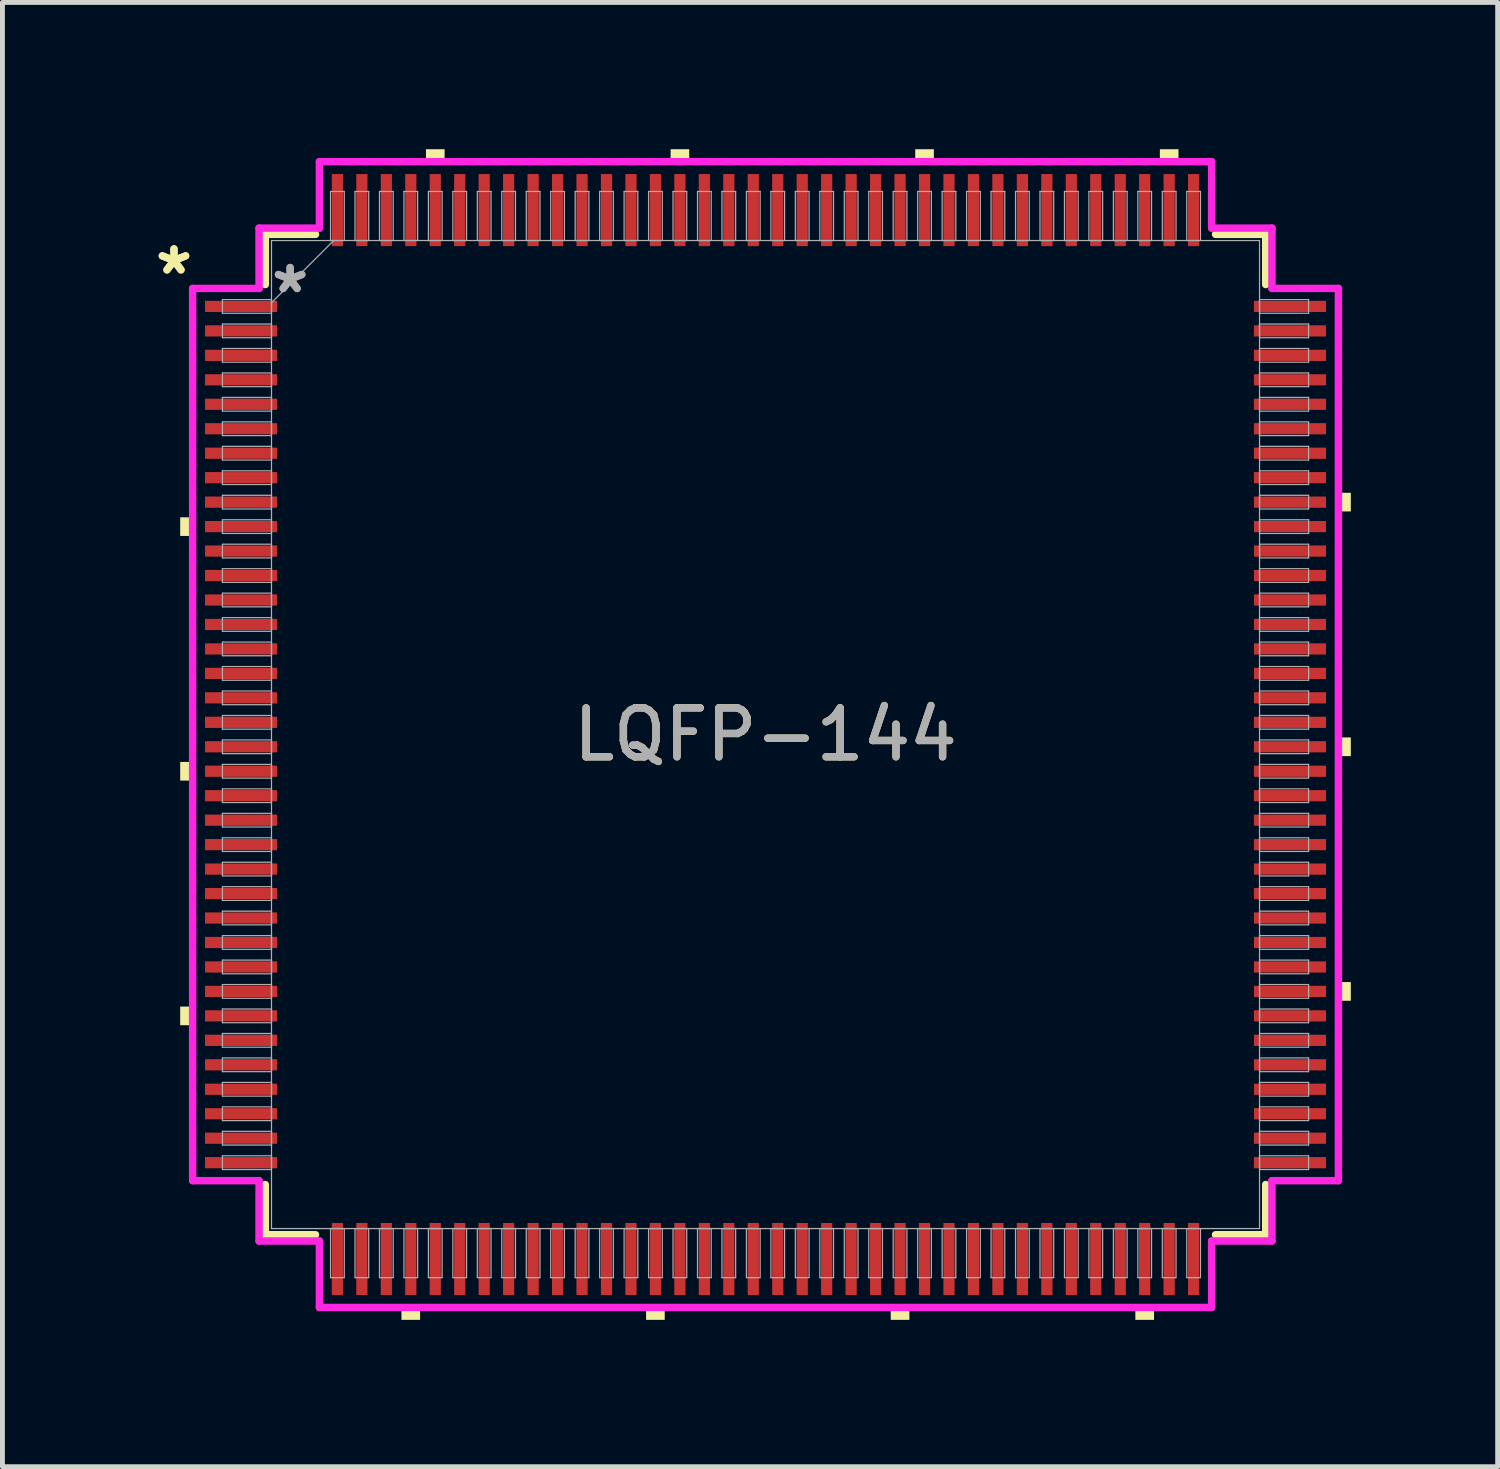
<source format=kicad_pcb>
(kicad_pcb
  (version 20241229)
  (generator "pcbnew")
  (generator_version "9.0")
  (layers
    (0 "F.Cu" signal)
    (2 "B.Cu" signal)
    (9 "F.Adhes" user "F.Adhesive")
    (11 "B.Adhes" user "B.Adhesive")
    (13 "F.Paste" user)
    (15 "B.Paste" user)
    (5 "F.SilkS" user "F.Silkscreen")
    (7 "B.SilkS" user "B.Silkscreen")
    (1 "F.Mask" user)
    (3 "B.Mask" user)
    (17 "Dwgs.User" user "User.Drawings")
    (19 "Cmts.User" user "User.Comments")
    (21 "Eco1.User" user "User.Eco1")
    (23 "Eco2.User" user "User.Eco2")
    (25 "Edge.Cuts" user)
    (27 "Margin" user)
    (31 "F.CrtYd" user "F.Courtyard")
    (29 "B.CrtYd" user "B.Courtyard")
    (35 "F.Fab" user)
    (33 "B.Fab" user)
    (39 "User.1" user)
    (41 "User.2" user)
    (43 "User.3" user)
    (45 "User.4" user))
  (footprint "LQFP-144"
    (layer "F.Cu")
    (at 12.596 11.963)
    (property "Reference" "LQFP-144" (at 0 0 0) (unlocked yes) (layer "F.SilkS") (effects (font (size 1 1) (thickness 0.15))))
    (attr smd)
    (fp_line (start -10.223 -10.223) (end -10.223 -9.197) (stroke (width 0.152) (type solid)) (layer "F.SilkS"))
    (fp_line (start -10.223 9.197) (end -10.223 10.223) (stroke (width 0.152) (type solid)) (layer "F.SilkS"))
    (fp_line (start -10.223 10.223) (end -9.197 10.223) (stroke (width 0.152) (type solid)) (layer "F.SilkS"))
    (fp_line (start -9.197 -10.223) (end -10.223 -10.223) (stroke (width 0.152) (type solid)) (layer "F.SilkS"))
    (fp_line (start 9.197 10.223) (end 10.223 10.223) (stroke (width 0.152) (type solid)) (layer "F.SilkS"))
    (fp_line (start 10.223 -10.223) (end 9.197 -10.223) (stroke (width 0.152) (type solid)) (layer "F.SilkS"))
    (fp_line (start 10.223 -9.197) (end 10.223 -10.223) (stroke (width 0.152) (type solid)) (layer "F.SilkS"))
    (fp_line (start 10.223 10.223) (end 10.223 9.197) (stroke (width 0.152) (type solid)) (layer "F.SilkS"))
    (fp_poly (pts (xy -11.963 -4.44) (xy -11.963 -4.059) (xy -11.709 -4.059) (xy -11.709 -4.44)) (stroke (width 0) (type solid)) (fill yes) (layer "F.SilkS"))
    (fp_poly (pts (xy -11.963 0.56) (xy -11.963 0.941) (xy -11.709 0.941) (xy -11.709 0.56)) (stroke (width 0) (type solid)) (fill yes) (layer "F.SilkS"))
    (fp_poly (pts (xy -11.963 5.56) (xy -11.963 5.941) (xy -11.709 5.941) (xy -11.709 5.56)) (stroke (width 0) (type solid)) (fill yes) (layer "F.SilkS"))
    (fp_poly (pts (xy -7.441 11.709) (xy -7.441 11.963) (xy -7.06 11.963) (xy -7.06 11.709)) (stroke (width 0) (type solid)) (fill yes) (layer "F.SilkS"))
    (fp_poly (pts (xy -6.94 -11.709) (xy -6.94 -11.963) (xy -6.559 -11.963) (xy -6.559 -11.709)) (stroke (width 0) (type solid)) (fill yes) (layer "F.SilkS"))
    (fp_poly (pts (xy -2.441 11.709) (xy -2.441 11.963) (xy -2.06 11.963) (xy -2.06 11.709)) (stroke (width 0) (type solid)) (fill yes) (layer "F.SilkS"))
    (fp_poly (pts (xy -1.94 -11.709) (xy -1.94 -11.963) (xy -1.559 -11.963) (xy -1.559 -11.709)) (stroke (width 0) (type solid)) (fill yes) (layer "F.SilkS"))
    (fp_poly (pts (xy 2.559 11.709) (xy 2.559 11.963) (xy 2.941 11.963) (xy 2.941 11.709)) (stroke (width 0) (type solid)) (fill yes) (layer "F.SilkS"))
    (fp_poly (pts (xy 3.06 -11.709) (xy 3.06 -11.963) (xy 3.441 -11.963) (xy 3.441 -11.709)) (stroke (width 0) (type solid)) (fill yes) (layer "F.SilkS"))
    (fp_poly (pts (xy 7.559 11.709) (xy 7.559 11.963) (xy 7.941 11.963) (xy 7.941 11.709)) (stroke (width 0) (type solid)) (fill yes) (layer "F.SilkS"))
    (fp_poly (pts (xy 8.06 -11.709) (xy 8.06 -11.963) (xy 8.441 -11.963) (xy 8.441 -11.709)) (stroke (width 0) (type solid)) (fill yes) (layer "F.SilkS"))
    (fp_poly (pts (xy 11.963 -4.941) (xy 11.963 -4.56) (xy 11.709 -4.56) (xy 11.709 -4.941)) (stroke (width 0) (type solid)) (fill yes) (layer "F.SilkS"))
    (fp_poly (pts (xy 11.963 0.059) (xy 11.963 0.441) (xy 11.709 0.441) (xy 11.709 0.059)) (stroke (width 0) (type solid)) (fill yes) (layer "F.SilkS"))
    (fp_poly (pts (xy 11.963 5.059) (xy 11.963 5.441) (xy 11.709 5.441) (xy 11.709 5.059)) (stroke (width 0) (type solid)) (fill yes) (layer "F.SilkS"))
    (fp_line (start -11.709 -9.118) (end -10.351 -9.118) (stroke (width 0.152) (type solid)) (layer "F.CrtYd"))
    (fp_line (start -11.709 9.118) (end -11.709 -9.118) (stroke (width 0.152) (type solid)) (layer "F.CrtYd"))
    (fp_line (start -10.351 -10.351) (end -9.118 -10.351) (stroke (width 0.152) (type solid)) (layer "F.CrtYd"))
    (fp_line (start -10.351 -9.118) (end -10.351 -10.351) (stroke (width 0.152) (type solid)) (layer "F.CrtYd"))
    (fp_line (start -10.351 9.118) (end -11.709 9.118) (stroke (width 0.152) (type solid)) (layer "F.CrtYd"))
    (fp_line (start -10.351 10.351) (end -10.351 9.118) (stroke (width 0.152) (type solid)) (layer "F.CrtYd"))
    (fp_line (start -10.351 10.351) (end -9.118 10.351) (stroke (width 0.152) (type solid)) (layer "F.CrtYd"))
    (fp_line (start -9.118 -11.709) (end 9.118 -11.709) (stroke (width 0.152) (type solid)) (layer "F.CrtYd"))
    (fp_line (start -9.118 -10.351) (end -9.118 -11.709) (stroke (width 0.152) (type solid)) (layer "F.CrtYd"))
    (fp_line (start -9.118 10.351) (end -9.118 11.709) (stroke (width 0.152) (type solid)) (layer "F.CrtYd"))
    (fp_line (start -9.118 11.709) (end 9.118 11.709) (stroke (width 0.152) (type solid)) (layer "F.CrtYd"))
    (fp_line (start 9.118 -11.709) (end 9.118 -10.351) (stroke (width 0.152) (type solid)) (layer "F.CrtYd"))
    (fp_line (start 9.118 -10.351) (end 10.351 -10.351) (stroke (width 0.152) (type solid)) (layer "F.CrtYd"))
    (fp_line (start 9.118 10.351) (end 10.351 10.351) (stroke (width 0.152) (type solid)) (layer "F.CrtYd"))
    (fp_line (start 9.118 11.709) (end 9.118 10.351) (stroke (width 0.152) (type solid)) (layer "F.CrtYd"))
    (fp_line (start 10.351 -9.118) (end 10.351 -10.351) (stroke (width 0.152) (type solid)) (layer "F.CrtYd"))
    (fp_line (start 10.351 9.118) (end 11.709 9.118) (stroke (width 0.152) (type solid)) (layer "F.CrtYd"))
    (fp_line (start 10.351 10.351) (end 10.351 9.118) (stroke (width 0.152) (type solid)) (layer "F.CrtYd"))
    (fp_line (start 11.709 -9.118) (end 10.351 -9.118) (stroke (width 0.152) (type solid)) (layer "F.CrtYd"))
    (fp_line (start 11.709 9.118) (end 11.709 -9.118) (stroke (width 0.152) (type solid)) (layer "F.CrtYd"))
    (fp_line (start -11.1 -8.89) (end -11.1 -8.61) (stroke (width 0.025) (type solid)) (layer "F.Fab"))
    (fp_line (start -11.1 -8.61) (end -10.097 -8.61) (stroke (width 0.025) (type solid)) (layer "F.Fab"))
    (fp_line (start -11.1 -8.39) (end -11.1 -8.11) (stroke (width 0.025) (type solid)) (layer "F.Fab"))
    (fp_line (start -11.1 -8.11) (end -10.097 -8.11) (stroke (width 0.025) (type solid)) (layer "F.Fab"))
    (fp_line (start -11.1 -7.89) (end -11.1 -7.61) (stroke (width 0.025) (type solid)) (layer "F.Fab"))
    (fp_line (start -11.1 -7.61) (end -10.097 -7.61) (stroke (width 0.025) (type solid)) (layer "F.Fab"))
    (fp_line (start -11.1 -7.39) (end -11.1 -7.11) (stroke (width 0.025) (type solid)) (layer "F.Fab"))
    (fp_line (start -11.1 -7.11) (end -10.097 -7.11) (stroke (width 0.025) (type solid)) (layer "F.Fab"))
    (fp_line (start -11.1 -6.89) (end -11.1 -6.61) (stroke (width 0.025) (type solid)) (layer "F.Fab"))
    (fp_line (start -11.1 -6.61) (end -10.097 -6.61) (stroke (width 0.025) (type solid)) (layer "F.Fab"))
    (fp_line (start -11.1 -6.39) (end -11.1 -6.11) (stroke (width 0.025) (type solid)) (layer "F.Fab"))
    (fp_line (start -11.1 -6.11) (end -10.097 -6.11) (stroke (width 0.025) (type solid)) (layer "F.Fab"))
    (fp_line (start -11.1 -5.89) (end -11.1 -5.61) (stroke (width 0.025) (type solid)) (layer "F.Fab"))
    (fp_line (start -11.1 -5.61) (end -10.097 -5.61) (stroke (width 0.025) (type solid)) (layer "F.Fab"))
    (fp_line (start -11.1 -5.39) (end -11.1 -5.11) (stroke (width 0.025) (type solid)) (layer "F.Fab"))
    (fp_line (start -11.1 -5.11) (end -10.097 -5.11) (stroke (width 0.025) (type solid)) (layer "F.Fab"))
    (fp_line (start -11.1 -4.89) (end -11.1 -4.61) (stroke (width 0.025) (type solid)) (layer "F.Fab"))
    (fp_line (start -11.1 -4.61) (end -10.097 -4.61) (stroke (width 0.025) (type solid)) (layer "F.Fab"))
    (fp_line (start -11.1 -4.39) (end -11.1 -4.11) (stroke (width 0.025) (type solid)) (layer "F.Fab"))
    (fp_line (start -11.1 -4.11) (end -10.097 -4.11) (stroke (width 0.025) (type solid)) (layer "F.Fab"))
    (fp_line (start -11.1 -3.89) (end -11.1 -3.61) (stroke (width 0.025) (type solid)) (layer "F.Fab"))
    (fp_line (start -11.1 -3.61) (end -10.097 -3.61) (stroke (width 0.025) (type solid)) (layer "F.Fab"))
    (fp_line (start -11.1 -3.39) (end -11.1 -3.11) (stroke (width 0.025) (type solid)) (layer "F.Fab"))
    (fp_line (start -11.1 -3.11) (end -10.097 -3.11) (stroke (width 0.025) (type solid)) (layer "F.Fab"))
    (fp_line (start -11.1 -2.89) (end -11.1 -2.61) (stroke (width 0.025) (type solid)) (layer "F.Fab"))
    (fp_line (start -11.1 -2.61) (end -10.097 -2.61) (stroke (width 0.025) (type solid)) (layer "F.Fab"))
    (fp_line (start -11.1 -2.39) (end -11.1 -2.11) (stroke (width 0.025) (type solid)) (layer "F.Fab"))
    (fp_line (start -11.1 -2.11) (end -10.097 -2.11) (stroke (width 0.025) (type solid)) (layer "F.Fab"))
    (fp_line (start -11.1 -1.89) (end -11.1 -1.61) (stroke (width 0.025) (type solid)) (layer "F.Fab"))
    (fp_line (start -11.1 -1.61) (end -10.097 -1.61) (stroke (width 0.025) (type solid)) (layer "F.Fab"))
    (fp_line (start -11.1 -1.39) (end -11.1 -1.11) (stroke (width 0.025) (type solid)) (layer "F.Fab"))
    (fp_line (start -11.1 -1.11) (end -10.097 -1.11) (stroke (width 0.025) (type solid)) (layer "F.Fab"))
    (fp_line (start -11.1 -0.89) (end -11.1 -0.61) (stroke (width 0.025) (type solid)) (layer "F.Fab"))
    (fp_line (start -11.1 -0.61) (end -10.097 -0.61) (stroke (width 0.025) (type solid)) (layer "F.Fab"))
    (fp_line (start -11.1 -0.39) (end -11.1 -0.11) (stroke (width 0.025) (type solid)) (layer "F.Fab"))
    (fp_line (start -11.1 -0.11) (end -10.097 -0.11) (stroke (width 0.025) (type solid)) (layer "F.Fab"))
    (fp_line (start -11.1 0.11) (end -11.1 0.39) (stroke (width 0.025) (type solid)) (layer "F.Fab"))
    (fp_line (start -11.1 0.39) (end -10.097 0.39) (stroke (width 0.025) (type solid)) (layer "F.Fab"))
    (fp_line (start -11.1 0.61) (end -11.1 0.89) (stroke (width 0.025) (type solid)) (layer "F.Fab"))
    (fp_line (start -11.1 0.89) (end -10.097 0.89) (stroke (width 0.025) (type solid)) (layer "F.Fab"))
    (fp_line (start -11.1 1.11) (end -11.1 1.39) (stroke (width 0.025) (type solid)) (layer "F.Fab"))
    (fp_line (start -11.1 1.39) (end -10.097 1.39) (stroke (width 0.025) (type solid)) (layer "F.Fab"))
    (fp_line (start -11.1 1.61) (end -11.1 1.89) (stroke (width 0.025) (type solid)) (layer "F.Fab"))
    (fp_line (start -11.1 1.89) (end -10.097 1.89) (stroke (width 0.025) (type solid)) (layer "F.Fab"))
    (fp_line (start -11.1 2.11) (end -11.1 2.39) (stroke (width 0.025) (type solid)) (layer "F.Fab"))
    (fp_line (start -11.1 2.39) (end -10.097 2.39) (stroke (width 0.025) (type solid)) (layer "F.Fab"))
    (fp_line (start -11.1 2.61) (end -11.1 2.89) (stroke (width 0.025) (type solid)) (layer "F.Fab"))
    (fp_line (start -11.1 2.89) (end -10.097 2.89) (stroke (width 0.025) (type solid)) (layer "F.Fab"))
    (fp_line (start -11.1 3.11) (end -11.1 3.39) (stroke (width 0.025) (type solid)) (layer "F.Fab"))
    (fp_line (start -11.1 3.39) (end -10.097 3.39) (stroke (width 0.025) (type solid)) (layer "F.Fab"))
    (fp_line (start -11.1 3.61) (end -11.1 3.89) (stroke (width 0.025) (type solid)) (layer "F.Fab"))
    (fp_line (start -11.1 3.89) (end -10.097 3.89) (stroke (width 0.025) (type solid)) (layer "F.Fab"))
    (fp_line (start -11.1 4.11) (end -11.1 4.39) (stroke (width 0.025) (type solid)) (layer "F.Fab"))
    (fp_line (start -11.1 4.39) (end -10.097 4.39) (stroke (width 0.025) (type solid)) (layer "F.Fab"))
    (fp_line (start -11.1 4.61) (end -11.1 4.89) (stroke (width 0.025) (type solid)) (layer "F.Fab"))
    (fp_line (start -11.1 4.89) (end -10.097 4.89) (stroke (width 0.025) (type solid)) (layer "F.Fab"))
    (fp_line (start -11.1 5.11) (end -11.1 5.39) (stroke (width 0.025) (type solid)) (layer "F.Fab"))
    (fp_line (start -11.1 5.39) (end -10.097 5.39) (stroke (width 0.025) (type solid)) (layer "F.Fab"))
    (fp_line (start -11.1 5.61) (end -11.1 5.89) (stroke (width 0.025) (type solid)) (layer "F.Fab"))
    (fp_line (start -11.1 5.89) (end -10.097 5.89) (stroke (width 0.025) (type solid)) (layer "F.Fab"))
    (fp_line (start -11.1 6.11) (end -11.1 6.39) (stroke (width 0.025) (type solid)) (layer "F.Fab"))
    (fp_line (start -11.1 6.39) (end -10.097 6.39) (stroke (width 0.025) (type solid)) (layer "F.Fab"))
    (fp_line (start -11.1 6.61) (end -11.1 6.89) (stroke (width 0.025) (type solid)) (layer "F.Fab"))
    (fp_line (start -11.1 6.89) (end -10.097 6.89) (stroke (width 0.025) (type solid)) (layer "F.Fab"))
    (fp_line (start -11.1 7.11) (end -11.1 7.39) (stroke (width 0.025) (type solid)) (layer "F.Fab"))
    (fp_line (start -11.1 7.39) (end -10.097 7.39) (stroke (width 0.025) (type solid)) (layer "F.Fab"))
    (fp_line (start -11.1 7.61) (end -11.1 7.89) (stroke (width 0.025) (type solid)) (layer "F.Fab"))
    (fp_line (start -11.1 7.89) (end -10.097 7.89) (stroke (width 0.025) (type solid)) (layer "F.Fab"))
    (fp_line (start -11.1 8.11) (end -11.1 8.39) (stroke (width 0.025) (type solid)) (layer "F.Fab"))
    (fp_line (start -11.1 8.39) (end -10.097 8.39) (stroke (width 0.025) (type solid)) (layer "F.Fab"))
    (fp_line (start -11.1 8.61) (end -11.1 8.89) (stroke (width 0.025) (type solid)) (layer "F.Fab"))
    (fp_line (start -11.1 8.89) (end -10.097 8.89) (stroke (width 0.025) (type solid)) (layer "F.Fab"))
    (fp_line (start -10.097 -10.097) (end -10.097 -10.097) (stroke (width 0.025) (type solid)) (layer "F.Fab"))
    (fp_line (start -10.097 -10.097) (end -10.097 10.097) (stroke (width 0.025) (type solid)) (layer "F.Fab"))
    (fp_line (start -10.097 -8.89) (end -11.1 -8.89) (stroke (width 0.025) (type solid)) (layer "F.Fab"))
    (fp_line (start -10.097 -8.826) (end -8.826 -10.097) (stroke (width 0.025) (type solid)) (layer "F.Fab"))
    (fp_line (start -10.097 -8.61) (end -10.097 -8.89) (stroke (width 0.025) (type solid)) (layer "F.Fab"))
    (fp_line (start -10.097 -8.39) (end -11.1 -8.39) (stroke (width 0.025) (type solid)) (layer "F.Fab"))
    (fp_line (start -10.097 -8.11) (end -10.097 -8.39) (stroke (width 0.025) (type solid)) (layer "F.Fab"))
    (fp_line (start -10.097 -7.89) (end -11.1 -7.89) (stroke (width 0.025) (type solid)) (layer "F.Fab"))
    (fp_line (start -10.097 -7.61) (end -10.097 -7.89) (stroke (width 0.025) (type solid)) (layer "F.Fab"))
    (fp_line (start -10.097 -7.39) (end -11.1 -7.39) (stroke (width 0.025) (type solid)) (layer "F.Fab"))
    (fp_line (start -10.097 -7.11) (end -10.097 -7.39) (stroke (width 0.025) (type solid)) (layer "F.Fab"))
    (fp_line (start -10.097 -6.89) (end -11.1 -6.89) (stroke (width 0.025) (type solid)) (layer "F.Fab"))
    (fp_line (start -10.097 -6.61) (end -10.097 -6.89) (stroke (width 0.025) (type solid)) (layer "F.Fab"))
    (fp_line (start -10.097 -6.39) (end -11.1 -6.39) (stroke (width 0.025) (type solid)) (layer "F.Fab"))
    (fp_line (start -10.097 -6.11) (end -10.097 -6.39) (stroke (width 0.025) (type solid)) (layer "F.Fab"))
    (fp_line (start -10.097 -5.89) (end -11.1 -5.89) (stroke (width 0.025) (type solid)) (layer "F.Fab"))
    (fp_line (start -10.097 -5.61) (end -10.097 -5.89) (stroke (width 0.025) (type solid)) (layer "F.Fab"))
    (fp_line (start -10.097 -5.39) (end -11.1 -5.39) (stroke (width 0.025) (type solid)) (layer "F.Fab"))
    (fp_line (start -10.097 -5.11) (end -10.097 -5.39) (stroke (width 0.025) (type solid)) (layer "F.Fab"))
    (fp_line (start -10.097 -4.89) (end -11.1 -4.89) (stroke (width 0.025) (type solid)) (layer "F.Fab"))
    (fp_line (start -10.097 -4.61) (end -10.097 -4.89) (stroke (width 0.025) (type solid)) (layer "F.Fab"))
    (fp_line (start -10.097 -4.39) (end -11.1 -4.39) (stroke (width 0.025) (type solid)) (layer "F.Fab"))
    (fp_line (start -10.097 -4.11) (end -10.097 -4.39) (stroke (width 0.025) (type solid)) (layer "F.Fab"))
    (fp_line (start -10.097 -3.89) (end -11.1 -3.89) (stroke (width 0.025) (type solid)) (layer "F.Fab"))
    (fp_line (start -10.097 -3.61) (end -10.097 -3.89) (stroke (width 0.025) (type solid)) (layer "F.Fab"))
    (fp_line (start -10.097 -3.39) (end -11.1 -3.39) (stroke (width 0.025) (type solid)) (layer "F.Fab"))
    (fp_line (start -10.097 -3.11) (end -10.097 -3.39) (stroke (width 0.025) (type solid)) (layer "F.Fab"))
    (fp_line (start -10.097 -2.89) (end -11.1 -2.89) (stroke (width 0.025) (type solid)) (layer "F.Fab"))
    (fp_line (start -10.097 -2.61) (end -10.097 -2.89) (stroke (width 0.025) (type solid)) (layer "F.Fab"))
    (fp_line (start -10.097 -2.39) (end -11.1 -2.39) (stroke (width 0.025) (type solid)) (layer "F.Fab"))
    (fp_line (start -10.097 -2.11) (end -10.097 -2.39) (stroke (width 0.025) (type solid)) (layer "F.Fab"))
    (fp_line (start -10.097 -1.89) (end -11.1 -1.89) (stroke (width 0.025) (type solid)) (layer "F.Fab"))
    (fp_line (start -10.097 -1.61) (end -10.097 -1.89) (stroke (width 0.025) (type solid)) (layer "F.Fab"))
    (fp_line (start -10.097 -1.39) (end -11.1 -1.39) (stroke (width 0.025) (type solid)) (layer "F.Fab"))
    (fp_line (start -10.097 -1.11) (end -10.097 -1.39) (stroke (width 0.025) (type solid)) (layer "F.Fab"))
    (fp_line (start -10.097 -0.89) (end -11.1 -0.89) (stroke (width 0.025) (type solid)) (layer "F.Fab"))
    (fp_line (start -10.097 -0.61) (end -10.097 -0.89) (stroke (width 0.025) (type solid)) (layer "F.Fab"))
    (fp_line (start -10.097 -0.39) (end -11.1 -0.39) (stroke (width 0.025) (type solid)) (layer "F.Fab"))
    (fp_line (start -10.097 -0.11) (end -10.097 -0.39) (stroke (width 0.025) (type solid)) (layer "F.Fab"))
    (fp_line (start -10.097 0.11) (end -11.1 0.11) (stroke (width 0.025) (type solid)) (layer "F.Fab"))
    (fp_line (start -10.097 0.39) (end -10.097 0.11) (stroke (width 0.025) (type solid)) (layer "F.Fab"))
    (fp_line (start -10.097 0.61) (end -11.1 0.61) (stroke (width 0.025) (type solid)) (layer "F.Fab"))
    (fp_line (start -10.097 0.89) (end -10.097 0.61) (stroke (width 0.025) (type solid)) (layer "F.Fab"))
    (fp_line (start -10.097 1.11) (end -11.1 1.11) (stroke (width 0.025) (type solid)) (layer "F.Fab"))
    (fp_line (start -10.097 1.39) (end -10.097 1.11) (stroke (width 0.025) (type solid)) (layer "F.Fab"))
    (fp_line (start -10.097 1.61) (end -11.1 1.61) (stroke (width 0.025) (type solid)) (layer "F.Fab"))
    (fp_line (start -10.097 1.89) (end -10.097 1.61) (stroke (width 0.025) (type solid)) (layer "F.Fab"))
    (fp_line (start -10.097 2.11) (end -11.1 2.11) (stroke (width 0.025) (type solid)) (layer "F.Fab"))
    (fp_line (start -10.097 2.39) (end -10.097 2.11) (stroke (width 0.025) (type solid)) (layer "F.Fab"))
    (fp_line (start -10.097 2.61) (end -11.1 2.61) (stroke (width 0.025) (type solid)) (layer "F.Fab"))
    (fp_line (start -10.097 2.89) (end -10.097 2.61) (stroke (width 0.025) (type solid)) (layer "F.Fab"))
    (fp_line (start -10.097 3.11) (end -11.1 3.11) (stroke (width 0.025) (type solid)) (layer "F.Fab"))
    (fp_line (start -10.097 3.39) (end -10.097 3.11) (stroke (width 0.025) (type solid)) (layer "F.Fab"))
    (fp_line (start -10.097 3.61) (end -11.1 3.61) (stroke (width 0.025) (type solid)) (layer "F.Fab"))
    (fp_line (start -10.097 3.89) (end -10.097 3.61) (stroke (width 0.025) (type solid)) (layer "F.Fab"))
    (fp_line (start -10.097 4.11) (end -11.1 4.11) (stroke (width 0.025) (type solid)) (layer "F.Fab"))
    (fp_line (start -10.097 4.39) (end -10.097 4.11) (stroke (width 0.025) (type solid)) (layer "F.Fab"))
    (fp_line (start -10.097 4.61) (end -11.1 4.61) (stroke (width 0.025) (type solid)) (layer "F.Fab"))
    (fp_line (start -10.097 4.89) (end -10.097 4.61) (stroke (width 0.025) (type solid)) (layer "F.Fab"))
    (fp_line (start -10.097 5.11) (end -11.1 5.11) (stroke (width 0.025) (type solid)) (layer "F.Fab"))
    (fp_line (start -10.097 5.39) (end -10.097 5.11) (stroke (width 0.025) (type solid)) (layer "F.Fab"))
    (fp_line (start -10.097 5.61) (end -11.1 5.61) (stroke (width 0.025) (type solid)) (layer "F.Fab"))
    (fp_line (start -10.097 5.89) (end -10.097 5.61) (stroke (width 0.025) (type solid)) (layer "F.Fab"))
    (fp_line (start -10.097 6.11) (end -11.1 6.11) (stroke (width 0.025) (type solid)) (layer "F.Fab"))
    (fp_line (start -10.097 6.39) (end -10.097 6.11) (stroke (width 0.025) (type solid)) (layer "F.Fab"))
    (fp_line (start -10.097 6.61) (end -11.1 6.61) (stroke (width 0.025) (type solid)) (layer "F.Fab"))
    (fp_line (start -10.097 6.89) (end -10.097 6.61) (stroke (width 0.025) (type solid)) (layer "F.Fab"))
    (fp_line (start -10.097 7.11) (end -11.1 7.11) (stroke (width 0.025) (type solid)) (layer "F.Fab"))
    (fp_line (start -10.097 7.39) (end -10.097 7.11) (stroke (width 0.025) (type solid)) (layer "F.Fab"))
    (fp_line (start -10.097 7.61) (end -11.1 7.61) (stroke (width 0.025) (type solid)) (layer "F.Fab"))
    (fp_line (start -10.097 7.89) (end -10.097 7.61) (stroke (width 0.025) (type solid)) (layer "F.Fab"))
    (fp_line (start -10.097 8.11) (end -11.1 8.11) (stroke (width 0.025) (type solid)) (layer "F.Fab"))
    (fp_line (start -10.097 8.39) (end -10.097 8.11) (stroke (width 0.025) (type solid)) (layer "F.Fab"))
    (fp_line (start -10.097 8.61) (end -11.1 8.61) (stroke (width 0.025) (type solid)) (layer "F.Fab"))
    (fp_line (start -10.097 8.89) (end -10.097 8.61) (stroke (width 0.025) (type solid)) (layer "F.Fab"))
    (fp_line (start -10.097 10.097) (end -10.097 10.097) (stroke (width 0.025) (type solid)) (layer "F.Fab"))
    (fp_line (start -10.097 10.097) (end 10.097 10.097) (stroke (width 0.025) (type solid)) (layer "F.Fab"))
    (fp_line (start -8.89 -11.1) (end -8.89 -10.097) (stroke (width 0.025) (type solid)) (layer "F.Fab"))
    (fp_line (start -8.89 -10.097) (end -8.61 -10.097) (stroke (width 0.025) (type solid)) (layer "F.Fab"))
    (fp_line (start -8.89 10.097) (end -8.89 11.1) (stroke (width 0.025) (type solid)) (layer "F.Fab"))
    (fp_line (start -8.89 11.1) (end -8.61 11.1) (stroke (width 0.025) (type solid)) (layer "F.Fab"))
    (fp_line (start -8.61 -11.1) (end -8.89 -11.1) (stroke (width 0.025) (type solid)) (layer "F.Fab"))
    (fp_line (start -8.61 -10.097) (end -8.61 -11.1) (stroke (width 0.025) (type solid)) (layer "F.Fab"))
    (fp_line (start -8.61 10.097) (end -8.89 10.097) (stroke (width 0.025) (type solid)) (layer "F.Fab"))
    (fp_line (start -8.61 11.1) (end -8.61 10.097) (stroke (width 0.025) (type solid)) (layer "F.Fab"))
    (fp_line (start -8.39 -11.1) (end -8.39 -10.097) (stroke (width 0.025) (type solid)) (layer "F.Fab"))
    (fp_line (start -8.39 -10.097) (end -8.11 -10.097) (stroke (width 0.025) (type solid)) (layer "F.Fab"))
    (fp_line (start -8.39 10.097) (end -8.39 11.1) (stroke (width 0.025) (type solid)) (layer "F.Fab"))
    (fp_line (start -8.39 11.1) (end -8.11 11.1) (stroke (width 0.025) (type solid)) (layer "F.Fab"))
    (fp_line (start -8.11 -11.1) (end -8.39 -11.1) (stroke (width 0.025) (type solid)) (layer "F.Fab"))
    (fp_line (start -8.11 -10.097) (end -8.11 -11.1) (stroke (width 0.025) (type solid)) (layer "F.Fab"))
    (fp_line (start -8.11 10.097) (end -8.39 10.097) (stroke (width 0.025) (type solid)) (layer "F.Fab"))
    (fp_line (start -8.11 11.1) (end -8.11 10.097) (stroke (width 0.025) (type solid)) (layer "F.Fab"))
    (fp_line (start -7.89 -11.1) (end -7.89 -10.097) (stroke (width 0.025) (type solid)) (layer "F.Fab"))
    (fp_line (start -7.89 -10.097) (end -7.61 -10.097) (stroke (width 0.025) (type solid)) (layer "F.Fab"))
    (fp_line (start -7.89 10.097) (end -7.89 11.1) (stroke (width 0.025) (type solid)) (layer "F.Fab"))
    (fp_line (start -7.89 11.1) (end -7.61 11.1) (stroke (width 0.025) (type solid)) (layer "F.Fab"))
    (fp_line (start -7.61 -11.1) (end -7.89 -11.1) (stroke (width 0.025) (type solid)) (layer "F.Fab"))
    (fp_line (start -7.61 -10.097) (end -7.61 -11.1) (stroke (width 0.025) (type solid)) (layer "F.Fab"))
    (fp_line (start -7.61 10.097) (end -7.89 10.097) (stroke (width 0.025) (type solid)) (layer "F.Fab"))
    (fp_line (start -7.61 11.1) (end -7.61 10.097) (stroke (width 0.025) (type solid)) (layer "F.Fab"))
    (fp_line (start -7.39 -11.1) (end -7.39 -10.097) (stroke (width 0.025) (type solid)) (layer "F.Fab"))
    (fp_line (start -7.39 -10.097) (end -7.11 -10.097) (stroke (width 0.025) (type solid)) (layer "F.Fab"))
    (fp_line (start -7.39 10.097) (end -7.39 11.1) (stroke (width 0.025) (type solid)) (layer "F.Fab"))
    (fp_line (start -7.39 11.1) (end -7.11 11.1) (stroke (width 0.025) (type solid)) (layer "F.Fab"))
    (fp_line (start -7.11 -11.1) (end -7.39 -11.1) (stroke (width 0.025) (type solid)) (layer "F.Fab"))
    (fp_line (start -7.11 -10.097) (end -7.11 -11.1) (stroke (width 0.025) (type solid)) (layer "F.Fab"))
    (fp_line (start -7.11 10.097) (end -7.39 10.097) (stroke (width 0.025) (type solid)) (layer "F.Fab"))
    (fp_line (start -7.11 11.1) (end -7.11 10.097) (stroke (width 0.025) (type solid)) (layer "F.Fab"))
    (fp_line (start -6.89 -11.1) (end -6.89 -10.097) (stroke (width 0.025) (type solid)) (layer "F.Fab"))
    (fp_line (start -6.89 -10.097) (end -6.61 -10.097) (stroke (width 0.025) (type solid)) (layer "F.Fab"))
    (fp_line (start -6.89 10.097) (end -6.89 11.1) (stroke (width 0.025) (type solid)) (layer "F.Fab"))
    (fp_line (start -6.89 11.1) (end -6.61 11.1) (stroke (width 0.025) (type solid)) (layer "F.Fab"))
    (fp_line (start -6.61 -11.1) (end -6.89 -11.1) (stroke (width 0.025) (type solid)) (layer "F.Fab"))
    (fp_line (start -6.61 -10.097) (end -6.61 -11.1) (stroke (width 0.025) (type solid)) (layer "F.Fab"))
    (fp_line (start -6.61 10.097) (end -6.89 10.097) (stroke (width 0.025) (type solid)) (layer "F.Fab"))
    (fp_line (start -6.61 11.1) (end -6.61 10.097) (stroke (width 0.025) (type solid)) (layer "F.Fab"))
    (fp_line (start -6.39 -11.1) (end -6.39 -10.097) (stroke (width 0.025) (type solid)) (layer "F.Fab"))
    (fp_line (start -6.39 -10.097) (end -6.11 -10.097) (stroke (width 0.025) (type solid)) (layer "F.Fab"))
    (fp_line (start -6.39 10.097) (end -6.39 11.1) (stroke (width 0.025) (type solid)) (layer "F.Fab"))
    (fp_line (start -6.39 11.1) (end -6.11 11.1) (stroke (width 0.025) (type solid)) (layer "F.Fab"))
    (fp_line (start -6.11 -11.1) (end -6.39 -11.1) (stroke (width 0.025) (type solid)) (layer "F.Fab"))
    (fp_line (start -6.11 -10.097) (end -6.11 -11.1) (stroke (width 0.025) (type solid)) (layer "F.Fab"))
    (fp_line (start -6.11 10.097) (end -6.39 10.097) (stroke (width 0.025) (type solid)) (layer "F.Fab"))
    (fp_line (start -6.11 11.1) (end -6.11 10.097) (stroke (width 0.025) (type solid)) (layer "F.Fab"))
    (fp_line (start -5.89 -11.1) (end -5.89 -10.097) (stroke (width 0.025) (type solid)) (layer "F.Fab"))
    (fp_line (start -5.89 -10.097) (end -5.61 -10.097) (stroke (width 0.025) (type solid)) (layer "F.Fab"))
    (fp_line (start -5.89 10.097) (end -5.89 11.1) (stroke (width 0.025) (type solid)) (layer "F.Fab"))
    (fp_line (start -5.89 11.1) (end -5.61 11.1) (stroke (width 0.025) (type solid)) (layer "F.Fab"))
    (fp_line (start -5.61 -11.1) (end -5.89 -11.1) (stroke (width 0.025) (type solid)) (layer "F.Fab"))
    (fp_line (start -5.61 -10.097) (end -5.61 -11.1) (stroke (width 0.025) (type solid)) (layer "F.Fab"))
    (fp_line (start -5.61 10.097) (end -5.89 10.097) (stroke (width 0.025) (type solid)) (layer "F.Fab"))
    (fp_line (start -5.61 11.1) (end -5.61 10.097) (stroke (width 0.025) (type solid)) (layer "F.Fab"))
    (fp_line (start -5.39 -11.1) (end -5.39 -10.097) (stroke (width 0.025) (type solid)) (layer "F.Fab"))
    (fp_line (start -5.39 -10.097) (end -5.11 -10.097) (stroke (width 0.025) (type solid)) (layer "F.Fab"))
    (fp_line (start -5.39 10.097) (end -5.39 11.1) (stroke (width 0.025) (type solid)) (layer "F.Fab"))
    (fp_line (start -5.39 11.1) (end -5.11 11.1) (stroke (width 0.025) (type solid)) (layer "F.Fab"))
    (fp_line (start -5.11 -11.1) (end -5.39 -11.1) (stroke (width 0.025) (type solid)) (layer "F.Fab"))
    (fp_line (start -5.11 -10.097) (end -5.11 -11.1) (stroke (width 0.025) (type solid)) (layer "F.Fab"))
    (fp_line (start -5.11 10.097) (end -5.39 10.097) (stroke (width 0.025) (type solid)) (layer "F.Fab"))
    (fp_line (start -5.11 11.1) (end -5.11 10.097) (stroke (width 0.025) (type solid)) (layer "F.Fab"))
    (fp_line (start -4.89 -11.1) (end -4.89 -10.097) (stroke (width 0.025) (type solid)) (layer "F.Fab"))
    (fp_line (start -4.89 -10.097) (end -4.61 -10.097) (stroke (width 0.025) (type solid)) (layer "F.Fab"))
    (fp_line (start -4.89 10.097) (end -4.89 11.1) (stroke (width 0.025) (type solid)) (layer "F.Fab"))
    (fp_line (start -4.89 11.1) (end -4.61 11.1) (stroke (width 0.025) (type solid)) (layer "F.Fab"))
    (fp_line (start -4.61 -11.1) (end -4.89 -11.1) (stroke (width 0.025) (type solid)) (layer "F.Fab"))
    (fp_line (start -4.61 -10.097) (end -4.61 -11.1) (stroke (width 0.025) (type solid)) (layer "F.Fab"))
    (fp_line (start -4.61 10.097) (end -4.89 10.097) (stroke (width 0.025) (type solid)) (layer "F.Fab"))
    (fp_line (start -4.61 11.1) (end -4.61 10.097) (stroke (width 0.025) (type solid)) (layer "F.Fab"))
    (fp_line (start -4.39 -11.1) (end -4.39 -10.097) (stroke (width 0.025) (type solid)) (layer "F.Fab"))
    (fp_line (start -4.39 -10.097) (end -4.11 -10.097) (stroke (width 0.025) (type solid)) (layer "F.Fab"))
    (fp_line (start -4.39 10.097) (end -4.39 11.1) (stroke (width 0.025) (type solid)) (layer "F.Fab"))
    (fp_line (start -4.39 11.1) (end -4.11 11.1) (stroke (width 0.025) (type solid)) (layer "F.Fab"))
    (fp_line (start -4.11 -11.1) (end -4.39 -11.1) (stroke (width 0.025) (type solid)) (layer "F.Fab"))
    (fp_line (start -4.11 -10.097) (end -4.11 -11.1) (stroke (width 0.025) (type solid)) (layer "F.Fab"))
    (fp_line (start -4.11 10.097) (end -4.39 10.097) (stroke (width 0.025) (type solid)) (layer "F.Fab"))
    (fp_line (start -4.11 11.1) (end -4.11 10.097) (stroke (width 0.025) (type solid)) (layer "F.Fab"))
    (fp_line (start -3.89 -11.1) (end -3.89 -10.097) (stroke (width 0.025) (type solid)) (layer "F.Fab"))
    (fp_line (start -3.89 -10.097) (end -3.61 -10.097) (stroke (width 0.025) (type solid)) (layer "F.Fab"))
    (fp_line (start -3.89 10.097) (end -3.89 11.1) (stroke (width 0.025) (type solid)) (layer "F.Fab"))
    (fp_line (start -3.89 11.1) (end -3.61 11.1) (stroke (width 0.025) (type solid)) (layer "F.Fab"))
    (fp_line (start -3.61 -11.1) (end -3.89 -11.1) (stroke (width 0.025) (type solid)) (layer "F.Fab"))
    (fp_line (start -3.61 -10.097) (end -3.61 -11.1) (stroke (width 0.025) (type solid)) (layer "F.Fab"))
    (fp_line (start -3.61 10.097) (end -3.89 10.097) (stroke (width 0.025) (type solid)) (layer "F.Fab"))
    (fp_line (start -3.61 11.1) (end -3.61 10.097) (stroke (width 0.025) (type solid)) (layer "F.Fab"))
    (fp_line (start -3.39 -11.1) (end -3.39 -10.097) (stroke (width 0.025) (type solid)) (layer "F.Fab"))
    (fp_line (start -3.39 -10.097) (end -3.11 -10.097) (stroke (width 0.025) (type solid)) (layer "F.Fab"))
    (fp_line (start -3.39 10.097) (end -3.39 11.1) (stroke (width 0.025) (type solid)) (layer "F.Fab"))
    (fp_line (start -3.39 11.1) (end -3.11 11.1) (stroke (width 0.025) (type solid)) (layer "F.Fab"))
    (fp_line (start -3.11 -11.1) (end -3.39 -11.1) (stroke (width 0.025) (type solid)) (layer "F.Fab"))
    (fp_line (start -3.11 -10.097) (end -3.11 -11.1) (stroke (width 0.025) (type solid)) (layer "F.Fab"))
    (fp_line (start -3.11 10.097) (end -3.39 10.097) (stroke (width 0.025) (type solid)) (layer "F.Fab"))
    (fp_line (start -3.11 11.1) (end -3.11 10.097) (stroke (width 0.025) (type solid)) (layer "F.Fab"))
    (fp_line (start -2.89 -11.1) (end -2.89 -10.097) (stroke (width 0.025) (type solid)) (layer "F.Fab"))
    (fp_line (start -2.89 -10.097) (end -2.61 -10.097) (stroke (width 0.025) (type solid)) (layer "F.Fab"))
    (fp_line (start -2.89 10.097) (end -2.89 11.1) (stroke (width 0.025) (type solid)) (layer "F.Fab"))
    (fp_line (start -2.89 11.1) (end -2.61 11.1) (stroke (width 0.025) (type solid)) (layer "F.Fab"))
    (fp_line (start -2.61 -11.1) (end -2.89 -11.1) (stroke (width 0.025) (type solid)) (layer "F.Fab"))
    (fp_line (start -2.61 -10.097) (end -2.61 -11.1) (stroke (width 0.025) (type solid)) (layer "F.Fab"))
    (fp_line (start -2.61 10.097) (end -2.89 10.097) (stroke (width 0.025) (type solid)) (layer "F.Fab"))
    (fp_line (start -2.61 11.1) (end -2.61 10.097) (stroke (width 0.025) (type solid)) (layer "F.Fab"))
    (fp_line (start -2.39 -11.1) (end -2.39 -10.097) (stroke (width 0.025) (type solid)) (layer "F.Fab"))
    (fp_line (start -2.39 -10.097) (end -2.11 -10.097) (stroke (width 0.025) (type solid)) (layer "F.Fab"))
    (fp_line (start -2.39 10.097) (end -2.39 11.1) (stroke (width 0.025) (type solid)) (layer "F.Fab"))
    (fp_line (start -2.39 11.1) (end -2.11 11.1) (stroke (width 0.025) (type solid)) (layer "F.Fab"))
    (fp_line (start -2.11 -11.1) (end -2.39 -11.1) (stroke (width 0.025) (type solid)) (layer "F.Fab"))
    (fp_line (start -2.11 -10.097) (end -2.11 -11.1) (stroke (width 0.025) (type solid)) (layer "F.Fab"))
    (fp_line (start -2.11 10.097) (end -2.39 10.097) (stroke (width 0.025) (type solid)) (layer "F.Fab"))
    (fp_line (start -2.11 11.1) (end -2.11 10.097) (stroke (width 0.025) (type solid)) (layer "F.Fab"))
    (fp_line (start -1.89 -11.1) (end -1.89 -10.097) (stroke (width 0.025) (type solid)) (layer "F.Fab"))
    (fp_line (start -1.89 -10.097) (end -1.61 -10.097) (stroke (width 0.025) (type solid)) (layer "F.Fab"))
    (fp_line (start -1.89 10.097) (end -1.89 11.1) (stroke (width 0.025) (type solid)) (layer "F.Fab"))
    (fp_line (start -1.89 11.1) (end -1.61 11.1) (stroke (width 0.025) (type solid)) (layer "F.Fab"))
    (fp_line (start -1.61 -11.1) (end -1.89 -11.1) (stroke (width 0.025) (type solid)) (layer "F.Fab"))
    (fp_line (start -1.61 -10.097) (end -1.61 -11.1) (stroke (width 0.025) (type solid)) (layer "F.Fab"))
    (fp_line (start -1.61 10.097) (end -1.89 10.097) (stroke (width 0.025) (type solid)) (layer "F.Fab"))
    (fp_line (start -1.61 11.1) (end -1.61 10.097) (stroke (width 0.025) (type solid)) (layer "F.Fab"))
    (fp_line (start -1.39 -11.1) (end -1.39 -10.097) (stroke (width 0.025) (type solid)) (layer "F.Fab"))
    (fp_line (start -1.39 -10.097) (end -1.11 -10.097) (stroke (width 0.025) (type solid)) (layer "F.Fab"))
    (fp_line (start -1.39 10.097) (end -1.39 11.1) (stroke (width 0.025) (type solid)) (layer "F.Fab"))
    (fp_line (start -1.39 11.1) (end -1.11 11.1) (stroke (width 0.025) (type solid)) (layer "F.Fab"))
    (fp_line (start -1.11 -11.1) (end -1.39 -11.1) (stroke (width 0.025) (type solid)) (layer "F.Fab"))
    (fp_line (start -1.11 -10.097) (end -1.11 -11.1) (stroke (width 0.025) (type solid)) (layer "F.Fab"))
    (fp_line (start -1.11 10.097) (end -1.39 10.097) (stroke (width 0.025) (type solid)) (layer "F.Fab"))
    (fp_line (start -1.11 11.1) (end -1.11 10.097) (stroke (width 0.025) (type solid)) (layer "F.Fab"))
    (fp_line (start -0.89 -11.1) (end -0.89 -10.097) (stroke (width 0.025) (type solid)) (layer "F.Fab"))
    (fp_line (start -0.89 -10.097) (end -0.61 -10.097) (stroke (width 0.025) (type solid)) (layer "F.Fab"))
    (fp_line (start -0.89 10.097) (end -0.89 11.1) (stroke (width 0.025) (type solid)) (layer "F.Fab"))
    (fp_line (start -0.89 11.1) (end -0.61 11.1) (stroke (width 0.025) (type solid)) (layer "F.Fab"))
    (fp_line (start -0.61 -11.1) (end -0.89 -11.1) (stroke (width 0.025) (type solid)) (layer "F.Fab"))
    (fp_line (start -0.61 -10.097) (end -0.61 -11.1) (stroke (width 0.025) (type solid)) (layer "F.Fab"))
    (fp_line (start -0.61 10.097) (end -0.89 10.097) (stroke (width 0.025) (type solid)) (layer "F.Fab"))
    (fp_line (start -0.61 11.1) (end -0.61 10.097) (stroke (width 0.025) (type solid)) (layer "F.Fab"))
    (fp_line (start -0.39 -11.1) (end -0.39 -10.097) (stroke (width 0.025) (type solid)) (layer "F.Fab"))
    (fp_line (start -0.39 -10.097) (end -0.11 -10.097) (stroke (width 0.025) (type solid)) (layer "F.Fab"))
    (fp_line (start -0.39 10.097) (end -0.39 11.1) (stroke (width 0.025) (type solid)) (layer "F.Fab"))
    (fp_line (start -0.39 11.1) (end -0.11 11.1) (stroke (width 0.025) (type solid)) (layer "F.Fab"))
    (fp_line (start -0.11 -11.1) (end -0.39 -11.1) (stroke (width 0.025) (type solid)) (layer "F.Fab"))
    (fp_line (start -0.11 -10.097) (end -0.11 -11.1) (stroke (width 0.025) (type solid)) (layer "F.Fab"))
    (fp_line (start -0.11 10.097) (end -0.39 10.097) (stroke (width 0.025) (type solid)) (layer "F.Fab"))
    (fp_line (start -0.11 11.1) (end -0.11 10.097) (stroke (width 0.025) (type solid)) (layer "F.Fab"))
    (fp_line (start 0.11 -11.1) (end 0.11 -10.097) (stroke (width 0.025) (type solid)) (layer "F.Fab"))
    (fp_line (start 0.11 -10.097) (end 0.39 -10.097) (stroke (width 0.025) (type solid)) (layer "F.Fab"))
    (fp_line (start 0.11 10.097) (end 0.11 11.1) (stroke (width 0.025) (type solid)) (layer "F.Fab"))
    (fp_line (start 0.11 11.1) (end 0.39 11.1) (stroke (width 0.025) (type solid)) (layer "F.Fab"))
    (fp_line (start 0.39 -11.1) (end 0.11 -11.1) (stroke (width 0.025) (type solid)) (layer "F.Fab"))
    (fp_line (start 0.39 -10.097) (end 0.39 -11.1) (stroke (width 0.025) (type solid)) (layer "F.Fab"))
    (fp_line (start 0.39 10.097) (end 0.11 10.097) (stroke (width 0.025) (type solid)) (layer "F.Fab"))
    (fp_line (start 0.39 11.1) (end 0.39 10.097) (stroke (width 0.025) (type solid)) (layer "F.Fab"))
    (fp_line (start 0.61 -11.1) (end 0.61 -10.097) (stroke (width 0.025) (type solid)) (layer "F.Fab"))
    (fp_line (start 0.61 -10.097) (end 0.89 -10.097) (stroke (width 0.025) (type solid)) (layer "F.Fab"))
    (fp_line (start 0.61 10.097) (end 0.61 11.1) (stroke (width 0.025) (type solid)) (layer "F.Fab"))
    (fp_line (start 0.61 11.1) (end 0.89 11.1) (stroke (width 0.025) (type solid)) (layer "F.Fab"))
    (fp_line (start 0.89 -11.1) (end 0.61 -11.1) (stroke (width 0.025) (type solid)) (layer "F.Fab"))
    (fp_line (start 0.89 -10.097) (end 0.89 -11.1) (stroke (width 0.025) (type solid)) (layer "F.Fab"))
    (fp_line (start 0.89 10.097) (end 0.61 10.097) (stroke (width 0.025) (type solid)) (layer "F.Fab"))
    (fp_line (start 0.89 11.1) (end 0.89 10.097) (stroke (width 0.025) (type solid)) (layer "F.Fab"))
    (fp_line (start 1.11 -11.1) (end 1.11 -10.097) (stroke (width 0.025) (type solid)) (layer "F.Fab"))
    (fp_line (start 1.11 -10.097) (end 1.39 -10.097) (stroke (width 0.025) (type solid)) (layer "F.Fab"))
    (fp_line (start 1.11 10.097) (end 1.11 11.1) (stroke (width 0.025) (type solid)) (layer "F.Fab"))
    (fp_line (start 1.11 11.1) (end 1.39 11.1) (stroke (width 0.025) (type solid)) (layer "F.Fab"))
    (fp_line (start 1.39 -11.1) (end 1.11 -11.1) (stroke (width 0.025) (type solid)) (layer "F.Fab"))
    (fp_line (start 1.39 -10.097) (end 1.39 -11.1) (stroke (width 0.025) (type solid)) (layer "F.Fab"))
    (fp_line (start 1.39 10.097) (end 1.11 10.097) (stroke (width 0.025) (type solid)) (layer "F.Fab"))
    (fp_line (start 1.39 11.1) (end 1.39 10.097) (stroke (width 0.025) (type solid)) (layer "F.Fab"))
    (fp_line (start 1.61 -11.1) (end 1.61 -10.097) (stroke (width 0.025) (type solid)) (layer "F.Fab"))
    (fp_line (start 1.61 -10.097) (end 1.89 -10.097) (stroke (width 0.025) (type solid)) (layer "F.Fab"))
    (fp_line (start 1.61 10.097) (end 1.61 11.1) (stroke (width 0.025) (type solid)) (layer "F.Fab"))
    (fp_line (start 1.61 11.1) (end 1.89 11.1) (stroke (width 0.025) (type solid)) (layer "F.Fab"))
    (fp_line (start 1.89 -11.1) (end 1.61 -11.1) (stroke (width 0.025) (type solid)) (layer "F.Fab"))
    (fp_line (start 1.89 -10.097) (end 1.89 -11.1) (stroke (width 0.025) (type solid)) (layer "F.Fab"))
    (fp_line (start 1.89 10.097) (end 1.61 10.097) (stroke (width 0.025) (type solid)) (layer "F.Fab"))
    (fp_line (start 1.89 11.1) (end 1.89 10.097) (stroke (width 0.025) (type solid)) (layer "F.Fab"))
    (fp_line (start 2.11 -11.1) (end 2.11 -10.097) (stroke (width 0.025) (type solid)) (layer "F.Fab"))
    (fp_line (start 2.11 -10.097) (end 2.39 -10.097) (stroke (width 0.025) (type solid)) (layer "F.Fab"))
    (fp_line (start 2.11 10.097) (end 2.11 11.1) (stroke (width 0.025) (type solid)) (layer "F.Fab"))
    (fp_line (start 2.11 11.1) (end 2.39 11.1) (stroke (width 0.025) (type solid)) (layer "F.Fab"))
    (fp_line (start 2.39 -11.1) (end 2.11 -11.1) (stroke (width 0.025) (type solid)) (layer "F.Fab"))
    (fp_line (start 2.39 -10.097) (end 2.39 -11.1) (stroke (width 0.025) (type solid)) (layer "F.Fab"))
    (fp_line (start 2.39 10.097) (end 2.11 10.097) (stroke (width 0.025) (type solid)) (layer "F.Fab"))
    (fp_line (start 2.39 11.1) (end 2.39 10.097) (stroke (width 0.025) (type solid)) (layer "F.Fab"))
    (fp_line (start 2.61 -11.1) (end 2.61 -10.097) (stroke (width 0.025) (type solid)) (layer "F.Fab"))
    (fp_line (start 2.61 -10.097) (end 2.89 -10.097) (stroke (width 0.025) (type solid)) (layer "F.Fab"))
    (fp_line (start 2.61 10.097) (end 2.61 11.1) (stroke (width 0.025) (type solid)) (layer "F.Fab"))
    (fp_line (start 2.61 11.1) (end 2.89 11.1) (stroke (width 0.025) (type solid)) (layer "F.Fab"))
    (fp_line (start 2.89 -11.1) (end 2.61 -11.1) (stroke (width 0.025) (type solid)) (layer "F.Fab"))
    (fp_line (start 2.89 -10.097) (end 2.89 -11.1) (stroke (width 0.025) (type solid)) (layer "F.Fab"))
    (fp_line (start 2.89 10.097) (end 2.61 10.097) (stroke (width 0.025) (type solid)) (layer "F.Fab"))
    (fp_line (start 2.89 11.1) (end 2.89 10.097) (stroke (width 0.025) (type solid)) (layer "F.Fab"))
    (fp_line (start 3.11 -11.1) (end 3.11 -10.097) (stroke (width 0.025) (type solid)) (layer "F.Fab"))
    (fp_line (start 3.11 -10.097) (end 3.39 -10.097) (stroke (width 0.025) (type solid)) (layer "F.Fab"))
    (fp_line (start 3.11 10.097) (end 3.11 11.1) (stroke (width 0.025) (type solid)) (layer "F.Fab"))
    (fp_line (start 3.11 11.1) (end 3.39 11.1) (stroke (width 0.025) (type solid)) (layer "F.Fab"))
    (fp_line (start 3.39 -11.1) (end 3.11 -11.1) (stroke (width 0.025) (type solid)) (layer "F.Fab"))
    (fp_line (start 3.39 -10.097) (end 3.39 -11.1) (stroke (width 0.025) (type solid)) (layer "F.Fab"))
    (fp_line (start 3.39 10.097) (end 3.11 10.097) (stroke (width 0.025) (type solid)) (layer "F.Fab"))
    (fp_line (start 3.39 11.1) (end 3.39 10.097) (stroke (width 0.025) (type solid)) (layer "F.Fab"))
    (fp_line (start 3.61 -11.1) (end 3.61 -10.097) (stroke (width 0.025) (type solid)) (layer "F.Fab"))
    (fp_line (start 3.61 -10.097) (end 3.89 -10.097) (stroke (width 0.025) (type solid)) (layer "F.Fab"))
    (fp_line (start 3.61 10.097) (end 3.61 11.1) (stroke (width 0.025) (type solid)) (layer "F.Fab"))
    (fp_line (start 3.61 11.1) (end 3.89 11.1) (stroke (width 0.025) (type solid)) (layer "F.Fab"))
    (fp_line (start 3.89 -11.1) (end 3.61 -11.1) (stroke (width 0.025) (type solid)) (layer "F.Fab"))
    (fp_line (start 3.89 -10.097) (end 3.89 -11.1) (stroke (width 0.025) (type solid)) (layer "F.Fab"))
    (fp_line (start 3.89 10.097) (end 3.61 10.097) (stroke (width 0.025) (type solid)) (layer "F.Fab"))
    (fp_line (start 3.89 11.1) (end 3.89 10.097) (stroke (width 0.025) (type solid)) (layer "F.Fab"))
    (fp_line (start 4.11 -11.1) (end 4.11 -10.097) (stroke (width 0.025) (type solid)) (layer "F.Fab"))
    (fp_line (start 4.11 -10.097) (end 4.39 -10.097) (stroke (width 0.025) (type solid)) (layer "F.Fab"))
    (fp_line (start 4.11 10.097) (end 4.11 11.1) (stroke (width 0.025) (type solid)) (layer "F.Fab"))
    (fp_line (start 4.11 11.1) (end 4.39 11.1) (stroke (width 0.025) (type solid)) (layer "F.Fab"))
    (fp_line (start 4.39 -11.1) (end 4.11 -11.1) (stroke (width 0.025) (type solid)) (layer "F.Fab"))
    (fp_line (start 4.39 -10.097) (end 4.39 -11.1) (stroke (width 0.025) (type solid)) (layer "F.Fab"))
    (fp_line (start 4.39 10.097) (end 4.11 10.097) (stroke (width 0.025) (type solid)) (layer "F.Fab"))
    (fp_line (start 4.39 11.1) (end 4.39 10.097) (stroke (width 0.025) (type solid)) (layer "F.Fab"))
    (fp_line (start 4.61 -11.1) (end 4.61 -10.097) (stroke (width 0.025) (type solid)) (layer "F.Fab"))
    (fp_line (start 4.61 -10.097) (end 4.89 -10.097) (stroke (width 0.025) (type solid)) (layer "F.Fab"))
    (fp_line (start 4.61 10.097) (end 4.61 11.1) (stroke (width 0.025) (type solid)) (layer "F.Fab"))
    (fp_line (start 4.61 11.1) (end 4.89 11.1) (stroke (width 0.025) (type solid)) (layer "F.Fab"))
    (fp_line (start 4.89 -11.1) (end 4.61 -11.1) (stroke (width 0.025) (type solid)) (layer "F.Fab"))
    (fp_line (start 4.89 -10.097) (end 4.89 -11.1) (stroke (width 0.025) (type solid)) (layer "F.Fab"))
    (fp_line (start 4.89 10.097) (end 4.61 10.097) (stroke (width 0.025) (type solid)) (layer "F.Fab"))
    (fp_line (start 4.89 11.1) (end 4.89 10.097) (stroke (width 0.025) (type solid)) (layer "F.Fab"))
    (fp_line (start 5.11 -11.1) (end 5.11 -10.097) (stroke (width 0.025) (type solid)) (layer "F.Fab"))
    (fp_line (start 5.11 -10.097) (end 5.39 -10.097) (stroke (width 0.025) (type solid)) (layer "F.Fab"))
    (fp_line (start 5.11 10.097) (end 5.11 11.1) (stroke (width 0.025) (type solid)) (layer "F.Fab"))
    (fp_line (start 5.11 11.1) (end 5.39 11.1) (stroke (width 0.025) (type solid)) (layer "F.Fab"))
    (fp_line (start 5.39 -11.1) (end 5.11 -11.1) (stroke (width 0.025) (type solid)) (layer "F.Fab"))
    (fp_line (start 5.39 -10.097) (end 5.39 -11.1) (stroke (width 0.025) (type solid)) (layer "F.Fab"))
    (fp_line (start 5.39 10.097) (end 5.11 10.097) (stroke (width 0.025) (type solid)) (layer "F.Fab"))
    (fp_line (start 5.39 11.1) (end 5.39 10.097) (stroke (width 0.025) (type solid)) (layer "F.Fab"))
    (fp_line (start 5.61 -11.1) (end 5.61 -10.097) (stroke (width 0.025) (type solid)) (layer "F.Fab"))
    (fp_line (start 5.61 -10.097) (end 5.89 -10.097) (stroke (width 0.025) (type solid)) (layer "F.Fab"))
    (fp_line (start 5.61 10.097) (end 5.61 11.1) (stroke (width 0.025) (type solid)) (layer "F.Fab"))
    (fp_line (start 5.61 11.1) (end 5.89 11.1) (stroke (width 0.025) (type solid)) (layer "F.Fab"))
    (fp_line (start 5.89 -11.1) (end 5.61 -11.1) (stroke (width 0.025) (type solid)) (layer "F.Fab"))
    (fp_line (start 5.89 -10.097) (end 5.89 -11.1) (stroke (width 0.025) (type solid)) (layer "F.Fab"))
    (fp_line (start 5.89 10.097) (end 5.61 10.097) (stroke (width 0.025) (type solid)) (layer "F.Fab"))
    (fp_line (start 5.89 11.1) (end 5.89 10.097) (stroke (width 0.025) (type solid)) (layer "F.Fab"))
    (fp_line (start 6.11 -11.1) (end 6.11 -10.097) (stroke (width 0.025) (type solid)) (layer "F.Fab"))
    (fp_line (start 6.11 -10.097) (end 6.39 -10.097) (stroke (width 0.025) (type solid)) (layer "F.Fab"))
    (fp_line (start 6.11 10.097) (end 6.11 11.1) (stroke (width 0.025) (type solid)) (layer "F.Fab"))
    (fp_line (start 6.11 11.1) (end 6.39 11.1) (stroke (width 0.025) (type solid)) (layer "F.Fab"))
    (fp_line (start 6.39 -11.1) (end 6.11 -11.1) (stroke (width 0.025) (type solid)) (layer "F.Fab"))
    (fp_line (start 6.39 -10.097) (end 6.39 -11.1) (stroke (width 0.025) (type solid)) (layer "F.Fab"))
    (fp_line (start 6.39 10.097) (end 6.11 10.097) (stroke (width 0.025) (type solid)) (layer "F.Fab"))
    (fp_line (start 6.39 11.1) (end 6.39 10.097) (stroke (width 0.025) (type solid)) (layer "F.Fab"))
    (fp_line (start 6.61 -11.1) (end 6.61 -10.097) (stroke (width 0.025) (type solid)) (layer "F.Fab"))
    (fp_line (start 6.61 -10.097) (end 6.89 -10.097) (stroke (width 0.025) (type solid)) (layer "F.Fab"))
    (fp_line (start 6.61 10.097) (end 6.61 11.1) (stroke (width 0.025) (type solid)) (layer "F.Fab"))
    (fp_line (start 6.61 11.1) (end 6.89 11.1) (stroke (width 0.025) (type solid)) (layer "F.Fab"))
    (fp_line (start 6.89 -11.1) (end 6.61 -11.1) (stroke (width 0.025) (type solid)) (layer "F.Fab"))
    (fp_line (start 6.89 -10.097) (end 6.89 -11.1) (stroke (width 0.025) (type solid)) (layer "F.Fab"))
    (fp_line (start 6.89 10.097) (end 6.61 10.097) (stroke (width 0.025) (type solid)) (layer "F.Fab"))
    (fp_line (start 6.89 11.1) (end 6.89 10.097) (stroke (width 0.025) (type solid)) (layer "F.Fab"))
    (fp_line (start 7.11 -11.1) (end 7.11 -10.097) (stroke (width 0.025) (type solid)) (layer "F.Fab"))
    (fp_line (start 7.11 -10.097) (end 7.39 -10.097) (stroke (width 0.025) (type solid)) (layer "F.Fab"))
    (fp_line (start 7.11 10.097) (end 7.11 11.1) (stroke (width 0.025) (type solid)) (layer "F.Fab"))
    (fp_line (start 7.11 11.1) (end 7.39 11.1) (stroke (width 0.025) (type solid)) (layer "F.Fab"))
    (fp_line (start 7.39 -11.1) (end 7.11 -11.1) (stroke (width 0.025) (type solid)) (layer "F.Fab"))
    (fp_line (start 7.39 -10.097) (end 7.39 -11.1) (stroke (width 0.025) (type solid)) (layer "F.Fab"))
    (fp_line (start 7.39 10.097) (end 7.11 10.097) (stroke (width 0.025) (type solid)) (layer "F.Fab"))
    (fp_line (start 7.39 11.1) (end 7.39 10.097) (stroke (width 0.025) (type solid)) (layer "F.Fab"))
    (fp_line (start 7.61 -11.1) (end 7.61 -10.097) (stroke (width 0.025) (type solid)) (layer "F.Fab"))
    (fp_line (start 7.61 -10.097) (end 7.89 -10.097) (stroke (width 0.025) (type solid)) (layer "F.Fab"))
    (fp_line (start 7.61 10.097) (end 7.61 11.1) (stroke (width 0.025) (type solid)) (layer "F.Fab"))
    (fp_line (start 7.61 11.1) (end 7.89 11.1) (stroke (width 0.025) (type solid)) (layer "F.Fab"))
    (fp_line (start 7.89 -11.1) (end 7.61 -11.1) (stroke (width 0.025) (type solid)) (layer "F.Fab"))
    (fp_line (start 7.89 -10.097) (end 7.89 -11.1) (stroke (width 0.025) (type solid)) (layer "F.Fab"))
    (fp_line (start 7.89 10.097) (end 7.61 10.097) (stroke (width 0.025) (type solid)) (layer "F.Fab"))
    (fp_line (start 7.89 11.1) (end 7.89 10.097) (stroke (width 0.025) (type solid)) (layer "F.Fab"))
    (fp_line (start 8.11 -11.1) (end 8.11 -10.097) (stroke (width 0.025) (type solid)) (layer "F.Fab"))
    (fp_line (start 8.11 -10.097) (end 8.39 -10.097) (stroke (width 0.025) (type solid)) (layer "F.Fab"))
    (fp_line (start 8.11 10.097) (end 8.11 11.1) (stroke (width 0.025) (type solid)) (layer "F.Fab"))
    (fp_line (start 8.11 11.1) (end 8.39 11.1) (stroke (width 0.025) (type solid)) (layer "F.Fab"))
    (fp_line (start 8.39 -11.1) (end 8.11 -11.1) (stroke (width 0.025) (type solid)) (layer "F.Fab"))
    (fp_line (start 8.39 -10.097) (end 8.39 -11.1) (stroke (width 0.025) (type solid)) (layer "F.Fab"))
    (fp_line (start 8.39 10.097) (end 8.11 10.097) (stroke (width 0.025) (type solid)) (layer "F.Fab"))
    (fp_line (start 8.39 11.1) (end 8.39 10.097) (stroke (width 0.025) (type solid)) (layer "F.Fab"))
    (fp_line (start 8.61 -11.1) (end 8.61 -10.097) (stroke (width 0.025) (type solid)) (layer "F.Fab"))
    (fp_line (start 8.61 -10.097) (end 8.89 -10.097) (stroke (width 0.025) (type solid)) (layer "F.Fab"))
    (fp_line (start 8.61 10.097) (end 8.61 11.1) (stroke (width 0.025) (type solid)) (layer "F.Fab"))
    (fp_line (start 8.61 11.1) (end 8.89 11.1) (stroke (width 0.025) (type solid)) (layer "F.Fab"))
    (fp_line (start 8.89 -11.1) (end 8.61 -11.1) (stroke (width 0.025) (type solid)) (layer "F.Fab"))
    (fp_line (start 8.89 -10.097) (end 8.89 -11.1) (stroke (width 0.025) (type solid)) (layer "F.Fab"))
    (fp_line (start 8.89 10.097) (end 8.61 10.097) (stroke (width 0.025) (type solid)) (layer "F.Fab"))
    (fp_line (start 8.89 11.1) (end 8.89 10.097) (stroke (width 0.025) (type solid)) (layer "F.Fab"))
    (fp_line (start 10.097 -10.097) (end -10.097 -10.097) (stroke (width 0.025) (type solid)) (layer "F.Fab"))
    (fp_line (start 10.097 -10.097) (end 10.097 -10.097) (stroke (width 0.025) (type solid)) (layer "F.Fab"))
    (fp_line (start 10.097 -8.89) (end 10.097 -8.61) (stroke (width 0.025) (type solid)) (layer "F.Fab"))
    (fp_line (start 10.097 -8.61) (end 11.1 -8.61) (stroke (width 0.025) (type solid)) (layer "F.Fab"))
    (fp_line (start 10.097 -8.39) (end 10.097 -8.11) (stroke (width 0.025) (type solid)) (layer "F.Fab"))
    (fp_line (start 10.097 -8.11) (end 11.1 -8.11) (stroke (width 0.025) (type solid)) (layer "F.Fab"))
    (fp_line (start 10.097 -7.89) (end 10.097 -7.61) (stroke (width 0.025) (type solid)) (layer "F.Fab"))
    (fp_line (start 10.097 -7.61) (end 11.1 -7.61) (stroke (width 0.025) (type solid)) (layer "F.Fab"))
    (fp_line (start 10.097 -7.39) (end 10.097 -7.11) (stroke (width 0.025) (type solid)) (layer "F.Fab"))
    (fp_line (start 10.097 -7.11) (end 11.1 -7.11) (stroke (width 0.025) (type solid)) (layer "F.Fab"))
    (fp_line (start 10.097 -6.89) (end 10.097 -6.61) (stroke (width 0.025) (type solid)) (layer "F.Fab"))
    (fp_line (start 10.097 -6.61) (end 11.1 -6.61) (stroke (width 0.025) (type solid)) (layer "F.Fab"))
    (fp_line (start 10.097 -6.39) (end 10.097 -6.11) (stroke (width 0.025) (type solid)) (layer "F.Fab"))
    (fp_line (start 10.097 -6.11) (end 11.1 -6.11) (stroke (width 0.025) (type solid)) (layer "F.Fab"))
    (fp_line (start 10.097 -5.89) (end 10.097 -5.61) (stroke (width 0.025) (type solid)) (layer "F.Fab"))
    (fp_line (start 10.097 -5.61) (end 11.1 -5.61) (stroke (width 0.025) (type solid)) (layer "F.Fab"))
    (fp_line (start 10.097 -5.39) (end 10.097 -5.11) (stroke (width 0.025) (type solid)) (layer "F.Fab"))
    (fp_line (start 10.097 -5.11) (end 11.1 -5.11) (stroke (width 0.025) (type solid)) (layer "F.Fab"))
    (fp_line (start 10.097 -4.89) (end 10.097 -4.61) (stroke (width 0.025) (type solid)) (layer "F.Fab"))
    (fp_line (start 10.097 -4.61) (end 11.1 -4.61) (stroke (width 0.025) (type solid)) (layer "F.Fab"))
    (fp_line (start 10.097 -4.39) (end 10.097 -4.11) (stroke (width 0.025) (type solid)) (layer "F.Fab"))
    (fp_line (start 10.097 -4.11) (end 11.1 -4.11) (stroke (width 0.025) (type solid)) (layer "F.Fab"))
    (fp_line (start 10.097 -3.89) (end 10.097 -3.61) (stroke (width 0.025) (type solid)) (layer "F.Fab"))
    (fp_line (start 10.097 -3.61) (end 11.1 -3.61) (stroke (width 0.025) (type solid)) (layer "F.Fab"))
    (fp_line (start 10.097 -3.39) (end 10.097 -3.11) (stroke (width 0.025) (type solid)) (layer "F.Fab"))
    (fp_line (start 10.097 -3.11) (end 11.1 -3.11) (stroke (width 0.025) (type solid)) (layer "F.Fab"))
    (fp_line (start 10.097 -2.89) (end 10.097 -2.61) (stroke (width 0.025) (type solid)) (layer "F.Fab"))
    (fp_line (start 10.097 -2.61) (end 11.1 -2.61) (stroke (width 0.025) (type solid)) (layer "F.Fab"))
    (fp_line (start 10.097 -2.39) (end 10.097 -2.11) (stroke (width 0.025) (type solid)) (layer "F.Fab"))
    (fp_line (start 10.097 -2.11) (end 11.1 -2.11) (stroke (width 0.025) (type solid)) (layer "F.Fab"))
    (fp_line (start 10.097 -1.89) (end 10.097 -1.61) (stroke (width 0.025) (type solid)) (layer "F.Fab"))
    (fp_line (start 10.097 -1.61) (end 11.1 -1.61) (stroke (width 0.025) (type solid)) (layer "F.Fab"))
    (fp_line (start 10.097 -1.39) (end 10.097 -1.11) (stroke (width 0.025) (type solid)) (layer "F.Fab"))
    (fp_line (start 10.097 -1.11) (end 11.1 -1.11) (stroke (width 0.025) (type solid)) (layer "F.Fab"))
    (fp_line (start 10.097 -0.89) (end 10.097 -0.61) (stroke (width 0.025) (type solid)) (layer "F.Fab"))
    (fp_line (start 10.097 -0.61) (end 11.1 -0.61) (stroke (width 0.025) (type solid)) (layer "F.Fab"))
    (fp_line (start 10.097 -0.39) (end 10.097 -0.11) (stroke (width 0.025) (type solid)) (layer "F.Fab"))
    (fp_line (start 10.097 -0.11) (end 11.1 -0.11) (stroke (width 0.025) (type solid)) (layer "F.Fab"))
    (fp_line (start 10.097 0.11) (end 10.097 0.39) (stroke (width 0.025) (type solid)) (layer "F.Fab"))
    (fp_line (start 10.097 0.39) (end 11.1 0.39) (stroke (width 0.025) (type solid)) (layer "F.Fab"))
    (fp_line (start 10.097 0.61) (end 10.097 0.89) (stroke (width 0.025) (type solid)) (layer "F.Fab"))
    (fp_line (start 10.097 0.89) (end 11.1 0.89) (stroke (width 0.025) (type solid)) (layer "F.Fab"))
    (fp_line (start 10.097 1.11) (end 10.097 1.39) (stroke (width 0.025) (type solid)) (layer "F.Fab"))
    (fp_line (start 10.097 1.39) (end 11.1 1.39) (stroke (width 0.025) (type solid)) (layer "F.Fab"))
    (fp_line (start 10.097 1.61) (end 10.097 1.89) (stroke (width 0.025) (type solid)) (layer "F.Fab"))
    (fp_line (start 10.097 1.89) (end 11.1 1.89) (stroke (width 0.025) (type solid)) (layer "F.Fab"))
    (fp_line (start 10.097 2.11) (end 10.097 2.39) (stroke (width 0.025) (type solid)) (layer "F.Fab"))
    (fp_line (start 10.097 2.39) (end 11.1 2.39) (stroke (width 0.025) (type solid)) (layer "F.Fab"))
    (fp_line (start 10.097 2.61) (end 10.097 2.89) (stroke (width 0.025) (type solid)) (layer "F.Fab"))
    (fp_line (start 10.097 2.89) (end 11.1 2.89) (stroke (width 0.025) (type solid)) (layer "F.Fab"))
    (fp_line (start 10.097 3.11) (end 10.097 3.39) (stroke (width 0.025) (type solid)) (layer "F.Fab"))
    (fp_line (start 10.097 3.39) (end 11.1 3.39) (stroke (width 0.025) (type solid)) (layer "F.Fab"))
    (fp_line (start 10.097 3.61) (end 10.097 3.89) (stroke (width 0.025) (type solid)) (layer "F.Fab"))
    (fp_line (start 10.097 3.89) (end 11.1 3.89) (stroke (width 0.025) (type solid)) (layer "F.Fab"))
    (fp_line (start 10.097 4.11) (end 10.097 4.39) (stroke (width 0.025) (type solid)) (layer "F.Fab"))
    (fp_line (start 10.097 4.39) (end 11.1 4.39) (stroke (width 0.025) (type solid)) (layer "F.Fab"))
    (fp_line (start 10.097 4.61) (end 10.097 4.89) (stroke (width 0.025) (type solid)) (layer "F.Fab"))
    (fp_line (start 10.097 4.89) (end 11.1 4.89) (stroke (width 0.025) (type solid)) (layer "F.Fab"))
    (fp_line (start 10.097 5.11) (end 10.097 5.39) (stroke (width 0.025) (type solid)) (layer "F.Fab"))
    (fp_line (start 10.097 5.39) (end 11.1 5.39) (stroke (width 0.025) (type solid)) (layer "F.Fab"))
    (fp_line (start 10.097 5.61) (end 10.097 5.89) (stroke (width 0.025) (type solid)) (layer "F.Fab"))
    (fp_line (start 10.097 5.89) (end 11.1 5.89) (stroke (width 0.025) (type solid)) (layer "F.Fab"))
    (fp_line (start 10.097 6.11) (end 10.097 6.39) (stroke (width 0.025) (type solid)) (layer "F.Fab"))
    (fp_line (start 10.097 6.39) (end 11.1 6.39) (stroke (width 0.025) (type solid)) (layer "F.Fab"))
    (fp_line (start 10.097 6.61) (end 10.097 6.89) (stroke (width 0.025) (type solid)) (layer "F.Fab"))
    (fp_line (start 10.097 6.89) (end 11.1 6.89) (stroke (width 0.025) (type solid)) (layer "F.Fab"))
    (fp_line (start 10.097 7.11) (end 10.097 7.39) (stroke (width 0.025) (type solid)) (layer "F.Fab"))
    (fp_line (start 10.097 7.39) (end 11.1 7.39) (stroke (width 0.025) (type solid)) (layer "F.Fab"))
    (fp_line (start 10.097 7.61) (end 10.097 7.89) (stroke (width 0.025) (type solid)) (layer "F.Fab"))
    (fp_line (start 10.097 7.89) (end 11.1 7.89) (stroke (width 0.025) (type solid)) (layer "F.Fab"))
    (fp_line (start 10.097 8.11) (end 10.097 8.39) (stroke (width 0.025) (type solid)) (layer "F.Fab"))
    (fp_line (start 10.097 8.39) (end 11.1 8.39) (stroke (width 0.025) (type solid)) (layer "F.Fab"))
    (fp_line (start 10.097 8.61) (end 10.097 8.89) (stroke (width 0.025) (type solid)) (layer "F.Fab"))
    (fp_line (start 10.097 8.89) (end 11.1 8.89) (stroke (width 0.025) (type solid)) (layer "F.Fab"))
    (fp_line (start 10.097 10.097) (end 10.097 -10.097) (stroke (width 0.025) (type solid)) (layer "F.Fab"))
    (fp_line (start 10.097 10.097) (end 10.097 10.097) (stroke (width 0.025) (type solid)) (layer "F.Fab"))
    (fp_line (start 11.1 -8.89) (end 10.097 -8.89) (stroke (width 0.025) (type solid)) (layer "F.Fab"))
    (fp_line (start 11.1 -8.61) (end 11.1 -8.89) (stroke (width 0.025) (type solid)) (layer "F.Fab"))
    (fp_line (start 11.1 -8.39) (end 10.097 -8.39) (stroke (width 0.025) (type solid)) (layer "F.Fab"))
    (fp_line (start 11.1 -8.11) (end 11.1 -8.39) (stroke (width 0.025) (type solid)) (layer "F.Fab"))
    (fp_line (start 11.1 -7.89) (end 10.097 -7.89) (stroke (width 0.025) (type solid)) (layer "F.Fab"))
    (fp_line (start 11.1 -7.61) (end 11.1 -7.89) (stroke (width 0.025) (type solid)) (layer "F.Fab"))
    (fp_line (start 11.1 -7.39) (end 10.097 -7.39) (stroke (width 0.025) (type solid)) (layer "F.Fab"))
    (fp_line (start 11.1 -7.11) (end 11.1 -7.39) (stroke (width 0.025) (type solid)) (layer "F.Fab"))
    (fp_line (start 11.1 -6.89) (end 10.097 -6.89) (stroke (width 0.025) (type solid)) (layer "F.Fab"))
    (fp_line (start 11.1 -6.61) (end 11.1 -6.89) (stroke (width 0.025) (type solid)) (layer "F.Fab"))
    (fp_line (start 11.1 -6.39) (end 10.097 -6.39) (stroke (width 0.025) (type solid)) (layer "F.Fab"))
    (fp_line (start 11.1 -6.11) (end 11.1 -6.39) (stroke (width 0.025) (type solid)) (layer "F.Fab"))
    (fp_line (start 11.1 -5.89) (end 10.097 -5.89) (stroke (width 0.025) (type solid)) (layer "F.Fab"))
    (fp_line (start 11.1 -5.61) (end 11.1 -5.89) (stroke (width 0.025) (type solid)) (layer "F.Fab"))
    (fp_line (start 11.1 -5.39) (end 10.097 -5.39) (stroke (width 0.025) (type solid)) (layer "F.Fab"))
    (fp_line (start 11.1 -5.11) (end 11.1 -5.39) (stroke (width 0.025) (type solid)) (layer "F.Fab"))
    (fp_line (start 11.1 -4.89) (end 10.097 -4.89) (stroke (width 0.025) (type solid)) (layer "F.Fab"))
    (fp_line (start 11.1 -4.61) (end 11.1 -4.89) (stroke (width 0.025) (type solid)) (layer "F.Fab"))
    (fp_line (start 11.1 -4.39) (end 10.097 -4.39) (stroke (width 0.025) (type solid)) (layer "F.Fab"))
    (fp_line (start 11.1 -4.11) (end 11.1 -4.39) (stroke (width 0.025) (type solid)) (layer "F.Fab"))
    (fp_line (start 11.1 -3.89) (end 10.097 -3.89) (stroke (width 0.025) (type solid)) (layer "F.Fab"))
    (fp_line (start 11.1 -3.61) (end 11.1 -3.89) (stroke (width 0.025) (type solid)) (layer "F.Fab"))
    (fp_line (start 11.1 -3.39) (end 10.097 -3.39) (stroke (width 0.025) (type solid)) (layer "F.Fab"))
    (fp_line (start 11.1 -3.11) (end 11.1 -3.39) (stroke (width 0.025) (type solid)) (layer "F.Fab"))
    (fp_line (start 11.1 -2.89) (end 10.097 -2.89) (stroke (width 0.025) (type solid)) (layer "F.Fab"))
    (fp_line (start 11.1 -2.61) (end 11.1 -2.89) (stroke (width 0.025) (type solid)) (layer "F.Fab"))
    (fp_line (start 11.1 -2.39) (end 10.097 -2.39) (stroke (width 0.025) (type solid)) (layer "F.Fab"))
    (fp_line (start 11.1 -2.11) (end 11.1 -2.39) (stroke (width 0.025) (type solid)) (layer "F.Fab"))
    (fp_line (start 11.1 -1.89) (end 10.097 -1.89) (stroke (width 0.025) (type solid)) (layer "F.Fab"))
    (fp_line (start 11.1 -1.61) (end 11.1 -1.89) (stroke (width 0.025) (type solid)) (layer "F.Fab"))
    (fp_line (start 11.1 -1.39) (end 10.097 -1.39) (stroke (width 0.025) (type solid)) (layer "F.Fab"))
    (fp_line (start 11.1 -1.11) (end 11.1 -1.39) (stroke (width 0.025) (type solid)) (layer "F.Fab"))
    (fp_line (start 11.1 -0.89) (end 10.097 -0.89) (stroke (width 0.025) (type solid)) (layer "F.Fab"))
    (fp_line (start 11.1 -0.61) (end 11.1 -0.89) (stroke (width 0.025) (type solid)) (layer "F.Fab"))
    (fp_line (start 11.1 -0.39) (end 10.097 -0.39) (stroke (width 0.025) (type solid)) (layer "F.Fab"))
    (fp_line (start 11.1 -0.11) (end 11.1 -0.39) (stroke (width 0.025) (type solid)) (layer "F.Fab"))
    (fp_line (start 11.1 0.11) (end 10.097 0.11) (stroke (width 0.025) (type solid)) (layer "F.Fab"))
    (fp_line (start 11.1 0.39) (end 11.1 0.11) (stroke (width 0.025) (type solid)) (layer "F.Fab"))
    (fp_line (start 11.1 0.61) (end 10.097 0.61) (stroke (width 0.025) (type solid)) (layer "F.Fab"))
    (fp_line (start 11.1 0.89) (end 11.1 0.61) (stroke (width 0.025) (type solid)) (layer "F.Fab"))
    (fp_line (start 11.1 1.11) (end 10.097 1.11) (stroke (width 0.025) (type solid)) (layer "F.Fab"))
    (fp_line (start 11.1 1.39) (end 11.1 1.11) (stroke (width 0.025) (type solid)) (layer "F.Fab"))
    (fp_line (start 11.1 1.61) (end 10.097 1.61) (stroke (width 0.025) (type solid)) (layer "F.Fab"))
    (fp_line (start 11.1 1.89) (end 11.1 1.61) (stroke (width 0.025) (type solid)) (layer "F.Fab"))
    (fp_line (start 11.1 2.11) (end 10.097 2.11) (stroke (width 0.025) (type solid)) (layer "F.Fab"))
    (fp_line (start 11.1 2.39) (end 11.1 2.11) (stroke (width 0.025) (type solid)) (layer "F.Fab"))
    (fp_line (start 11.1 2.61) (end 10.097 2.61) (stroke (width 0.025) (type solid)) (layer "F.Fab"))
    (fp_line (start 11.1 2.89) (end 11.1 2.61) (stroke (width 0.025) (type solid)) (layer "F.Fab"))
    (fp_line (start 11.1 3.11) (end 10.097 3.11) (stroke (width 0.025) (type solid)) (layer "F.Fab"))
    (fp_line (start 11.1 3.39) (end 11.1 3.11) (stroke (width 0.025) (type solid)) (layer "F.Fab"))
    (fp_line (start 11.1 3.61) (end 10.097 3.61) (stroke (width 0.025) (type solid)) (layer "F.Fab"))
    (fp_line (start 11.1 3.89) (end 11.1 3.61) (stroke (width 0.025) (type solid)) (layer "F.Fab"))
    (fp_line (start 11.1 4.11) (end 10.097 4.11) (stroke (width 0.025) (type solid)) (layer "F.Fab"))
    (fp_line (start 11.1 4.39) (end 11.1 4.11) (stroke (width 0.025) (type solid)) (layer "F.Fab"))
    (fp_line (start 11.1 4.61) (end 10.097 4.61) (stroke (width 0.025) (type solid)) (layer "F.Fab"))
    (fp_line (start 11.1 4.89) (end 11.1 4.61) (stroke (width 0.025) (type solid)) (layer "F.Fab"))
    (fp_line (start 11.1 5.11) (end 10.097 5.11) (stroke (width 0.025) (type solid)) (layer "F.Fab"))
    (fp_line (start 11.1 5.39) (end 11.1 5.11) (stroke (width 0.025) (type solid)) (layer "F.Fab"))
    (fp_line (start 11.1 5.61) (end 10.097 5.61) (stroke (width 0.025) (type solid)) (layer "F.Fab"))
    (fp_line (start 11.1 5.89) (end 11.1 5.61) (stroke (width 0.025) (type solid)) (layer "F.Fab"))
    (fp_line (start 11.1 6.11) (end 10.097 6.11) (stroke (width 0.025) (type solid)) (layer "F.Fab"))
    (fp_line (start 11.1 6.39) (end 11.1 6.11) (stroke (width 0.025) (type solid)) (layer "F.Fab"))
    (fp_line (start 11.1 6.61) (end 10.097 6.61) (stroke (width 0.025) (type solid)) (layer "F.Fab"))
    (fp_line (start 11.1 6.89) (end 11.1 6.61) (stroke (width 0.025) (type solid)) (layer "F.Fab"))
    (fp_line (start 11.1 7.11) (end 10.097 7.11) (stroke (width 0.025) (type solid)) (layer "F.Fab"))
    (fp_line (start 11.1 7.39) (end 11.1 7.11) (stroke (width 0.025) (type solid)) (layer "F.Fab"))
    (fp_line (start 11.1 7.61) (end 10.097 7.61) (stroke (width 0.025) (type solid)) (layer "F.Fab"))
    (fp_line (start 11.1 7.89) (end 11.1 7.61) (stroke (width 0.025) (type solid)) (layer "F.Fab"))
    (fp_line (start 11.1 8.11) (end 10.097 8.11) (stroke (width 0.025) (type solid)) (layer "F.Fab"))
    (fp_line (start 11.1 8.39) (end 11.1 8.11) (stroke (width 0.025) (type solid)) (layer "F.Fab"))
    (fp_line (start 11.1 8.61) (end 10.097 8.61) (stroke (width 0.025) (type solid)) (layer "F.Fab"))
    (fp_line (start 11.1 8.89) (end 11.1 8.61) (stroke (width 0.025) (type solid)) (layer "F.Fab"))
    (fp_text user "*" (at -12.09 -9.381 0) (layer "F.SilkS") (effects (font (size 1 1) (thickness 0.15))))
    (fp_text user "*" (at -12.09 -9.381 0) (unlocked yes) (layer "F.SilkS") (effects (font (size 1 1) (thickness 0.15))))
    (fp_text user "*" (at -9.716 -9 0) (unlocked yes) (layer "F.Fab") (effects (font (size 1 1) (thickness 0.15))))
    (fp_text user "${REFERENCE}" (at 0 0 0) (unlocked yes) (layer "F.Fab") (effects (font (size 1 1) (thickness 0.15))))
    (fp_text user "*" (at -9.716 -9 0) (layer "F.Fab") (effects (font (size 1 1) (thickness 0.15))))
    (pad "1" smd rect (at -10.719 -8.75 90) (size 0.229 1.473) (layers "F.Cu" "F.Mask" "F.Paste"))
    (pad "2" smd rect (at -10.719 -8.25 90) (size 0.229 1.473) (layers "F.Cu" "F.Mask" "F.Paste"))
    (pad "3" smd rect (at -10.719 -7.75 90) (size 0.229 1.473) (layers "F.Cu" "F.Mask" "F.Paste"))
    (pad "4" smd rect (at -10.719 -7.25 90) (size 0.229 1.473) (layers "F.Cu" "F.Mask" "F.Paste"))
    (pad "5" smd rect (at -10.719 -6.75 90) (size 0.229 1.473) (layers "F.Cu" "F.Mask" "F.Paste"))
    (pad "6" smd rect (at -10.719 -6.25 90) (size 0.229 1.473) (layers "F.Cu" "F.Mask" "F.Paste"))
    (pad "7" smd rect (at -10.719 -5.75 90) (size 0.229 1.473) (layers "F.Cu" "F.Mask" "F.Paste"))
    (pad "8" smd rect (at -10.719 -5.25 90) (size 0.229 1.473) (layers "F.Cu" "F.Mask" "F.Paste"))
    (pad "9" smd rect (at -10.719 -4.75 90) (size 0.229 1.473) (layers "F.Cu" "F.Mask" "F.Paste"))
    (pad "10" smd rect (at -10.719 -4.25 90) (size 0.229 1.473) (layers "F.Cu" "F.Mask" "F.Paste"))
    (pad "11" smd rect (at -10.719 -3.75 90) (size 0.229 1.473) (layers "F.Cu" "F.Mask" "F.Paste"))
    (pad "12" smd rect (at -10.719 -3.25 90) (size 0.229 1.473) (layers "F.Cu" "F.Mask" "F.Paste"))
    (pad "13" smd rect (at -10.719 -2.75 90) (size 0.229 1.473) (layers "F.Cu" "F.Mask" "F.Paste"))
    (pad "14" smd rect (at -10.719 -2.25 90) (size 0.229 1.473) (layers "F.Cu" "F.Mask" "F.Paste"))
    (pad "15" smd rect (at -10.719 -1.75 90) (size 0.229 1.473) (layers "F.Cu" "F.Mask" "F.Paste"))
    (pad "16" smd rect (at -10.719 -1.25 90) (size 0.229 1.473) (layers "F.Cu" "F.Mask" "F.Paste"))
    (pad "17" smd rect (at -10.719 -0.75 90) (size 0.229 1.473) (layers "F.Cu" "F.Mask" "F.Paste"))
    (pad "18" smd rect (at -10.719 -0.25 90) (size 0.229 1.473) (layers "F.Cu" "F.Mask" "F.Paste"))
    (pad "19" smd rect (at -10.719 0.25 90) (size 0.229 1.473) (layers "F.Cu" "F.Mask" "F.Paste"))
    (pad "20" smd rect (at -10.719 0.75 90) (size 0.229 1.473) (layers "F.Cu" "F.Mask" "F.Paste"))
    (pad "21" smd rect (at -10.719 1.25 90) (size 0.229 1.473) (layers "F.Cu" "F.Mask" "F.Paste"))
    (pad "22" smd rect (at -10.719 1.75 90) (size 0.229 1.473) (layers "F.Cu" "F.Mask" "F.Paste"))
    (pad "23" smd rect (at -10.719 2.25 90) (size 0.229 1.473) (layers "F.Cu" "F.Mask" "F.Paste"))
    (pad "24" smd rect (at -10.719 2.75 90) (size 0.229 1.473) (layers "F.Cu" "F.Mask" "F.Paste"))
    (pad "25" smd rect (at -10.719 3.25 90) (size 0.229 1.473) (layers "F.Cu" "F.Mask" "F.Paste"))
    (pad "26" smd rect (at -10.719 3.75 90) (size 0.229 1.473) (layers "F.Cu" "F.Mask" "F.Paste"))
    (pad "27" smd rect (at -10.719 4.25 90) (size 0.229 1.473) (layers "F.Cu" "F.Mask" "F.Paste"))
    (pad "28" smd rect (at -10.719 4.75 90) (size 0.229 1.473) (layers "F.Cu" "F.Mask" "F.Paste"))
    (pad "29" smd rect (at -10.719 5.25 90) (size 0.229 1.473) (layers "F.Cu" "F.Mask" "F.Paste"))
    (pad "30" smd rect (at -10.719 5.75 90) (size 0.229 1.473) (layers "F.Cu" "F.Mask" "F.Paste"))
    (pad "31" smd rect (at -10.719 6.25 90) (size 0.229 1.473) (layers "F.Cu" "F.Mask" "F.Paste"))
    (pad "32" smd rect (at -10.719 6.75 90) (size 0.229 1.473) (layers "F.Cu" "F.Mask" "F.Paste"))
    (pad "33" smd rect (at -10.719 7.25 90) (size 0.229 1.473) (layers "F.Cu" "F.Mask" "F.Paste"))
    (pad "34" smd rect (at -10.719 7.75 90) (size 0.229 1.473) (layers "F.Cu" "F.Mask" "F.Paste"))
    (pad "35" smd rect (at -10.719 8.25 90) (size 0.229 1.473) (layers "F.Cu" "F.Mask" "F.Paste"))
    (pad "36" smd rect (at -10.719 8.75 90) (size 0.229 1.473) (layers "F.Cu" "F.Mask" "F.Paste"))
    (pad "37" smd rect (at -8.75 10.719) (size 0.229 1.473) (layers "F.Cu" "F.Mask" "F.Paste"))
    (pad "38" smd rect (at -8.25 10.719) (size 0.229 1.473) (layers "F.Cu" "F.Mask" "F.Paste"))
    (pad "39" smd rect (at -7.75 10.719) (size 0.229 1.473) (layers "F.Cu" "F.Mask" "F.Paste"))
    (pad "40" smd rect (at -7.25 10.719) (size 0.229 1.473) (layers "F.Cu" "F.Mask" "F.Paste"))
    (pad "41" smd rect (at -6.75 10.719) (size 0.229 1.473) (layers "F.Cu" "F.Mask" "F.Paste"))
    (pad "42" smd rect (at -6.25 10.719) (size 0.229 1.473) (layers "F.Cu" "F.Mask" "F.Paste"))
    (pad "43" smd rect (at -5.75 10.719) (size 0.229 1.473) (layers "F.Cu" "F.Mask" "F.Paste"))
    (pad "44" smd rect (at -5.25 10.719) (size 0.229 1.473) (layers "F.Cu" "F.Mask" "F.Paste"))
    (pad "45" smd rect (at -4.75 10.719) (size 0.229 1.473) (layers "F.Cu" "F.Mask" "F.Paste"))
    (pad "46" smd rect (at -4.25 10.719) (size 0.229 1.473) (layers "F.Cu" "F.Mask" "F.Paste"))
    (pad "47" smd rect (at -3.75 10.719) (size 0.229 1.473) (layers "F.Cu" "F.Mask" "F.Paste"))
    (pad "48" smd rect (at -3.25 10.719) (size 0.229 1.473) (layers "F.Cu" "F.Mask" "F.Paste"))
    (pad "49" smd rect (at -2.75 10.719) (size 0.229 1.473) (layers "F.Cu" "F.Mask" "F.Paste"))
    (pad "50" smd rect (at -2.25 10.719) (size 0.229 1.473) (layers "F.Cu" "F.Mask" "F.Paste"))
    (pad "51" smd rect (at -1.75 10.719) (size 0.229 1.473) (layers "F.Cu" "F.Mask" "F.Paste"))
    (pad "52" smd rect (at -1.25 10.719) (size 0.229 1.473) (layers "F.Cu" "F.Mask" "F.Paste"))
    (pad "53" smd rect (at -0.75 10.719) (size 0.229 1.473) (layers "F.Cu" "F.Mask" "F.Paste"))
    (pad "54" smd rect (at -0.25 10.719) (size 0.229 1.473) (layers "F.Cu" "F.Mask" "F.Paste"))
    (pad "55" smd rect (at 0.25 10.719) (size 0.229 1.473) (layers "F.Cu" "F.Mask" "F.Paste"))
    (pad "56" smd rect (at 0.75 10.719) (size 0.229 1.473) (layers "F.Cu" "F.Mask" "F.Paste"))
    (pad "57" smd rect (at 1.25 10.719) (size 0.229 1.473) (layers "F.Cu" "F.Mask" "F.Paste"))
    (pad "58" smd rect (at 1.75 10.719) (size 0.229 1.473) (layers "F.Cu" "F.Mask" "F.Paste"))
    (pad "59" smd rect (at 2.25 10.719) (size 0.229 1.473) (layers "F.Cu" "F.Mask" "F.Paste"))
    (pad "60" smd rect (at 2.75 10.719) (size 0.229 1.473) (layers "F.Cu" "F.Mask" "F.Paste"))
    (pad "61" smd rect (at 3.25 10.719) (size 0.229 1.473) (layers "F.Cu" "F.Mask" "F.Paste"))
    (pad "62" smd rect (at 3.75 10.719) (size 0.229 1.473) (layers "F.Cu" "F.Mask" "F.Paste"))
    (pad "63" smd rect (at 4.25 10.719) (size 0.229 1.473) (layers "F.Cu" "F.Mask" "F.Paste"))
    (pad "64" smd rect (at 4.75 10.719) (size 0.229 1.473) (layers "F.Cu" "F.Mask" "F.Paste"))
    (pad "65" smd rect (at 5.25 10.719) (size 0.229 1.473) (layers "F.Cu" "F.Mask" "F.Paste"))
    (pad "66" smd rect (at 5.75 10.719) (size 0.229 1.473) (layers "F.Cu" "F.Mask" "F.Paste"))
    (pad "67" smd rect (at 6.25 10.719) (size 0.229 1.473) (layers "F.Cu" "F.Mask" "F.Paste"))
    (pad "68" smd rect (at 6.75 10.719) (size 0.229 1.473) (layers "F.Cu" "F.Mask" "F.Paste"))
    (pad "69" smd rect (at 7.25 10.719) (size 0.229 1.473) (layers "F.Cu" "F.Mask" "F.Paste"))
    (pad "70" smd rect (at 7.75 10.719) (size 0.229 1.473) (layers "F.Cu" "F.Mask" "F.Paste"))
    (pad "71" smd rect (at 8.25 10.719) (size 0.229 1.473) (layers "F.Cu" "F.Mask" "F.Paste"))
    (pad "72" smd rect (at 8.75 10.719) (size 0.229 1.473) (layers "F.Cu" "F.Mask" "F.Paste"))
    (pad "73" smd rect (at 10.719 8.75 90) (size 0.229 1.473) (layers "F.Cu" "F.Mask" "F.Paste"))
    (pad "74" smd rect (at 10.719 8.25 90) (size 0.229 1.473) (layers "F.Cu" "F.Mask" "F.Paste"))
    (pad "75" smd rect (at 10.719 7.75 90) (size 0.229 1.473) (layers "F.Cu" "F.Mask" "F.Paste"))
    (pad "76" smd rect (at 10.719 7.25 90) (size 0.229 1.473) (layers "F.Cu" "F.Mask" "F.Paste"))
    (pad "77" smd rect (at 10.719 6.75 90) (size 0.229 1.473) (layers "F.Cu" "F.Mask" "F.Paste"))
    (pad "78" smd rect (at 10.719 6.25 90) (size 0.229 1.473) (layers "F.Cu" "F.Mask" "F.Paste"))
    (pad "79" smd rect (at 10.719 5.75 90) (size 0.229 1.473) (layers "F.Cu" "F.Mask" "F.Paste"))
    (pad "80" smd rect (at 10.719 5.25 90) (size 0.229 1.473) (layers "F.Cu" "F.Mask" "F.Paste"))
    (pad "81" smd rect (at 10.719 4.75 90) (size 0.229 1.473) (layers "F.Cu" "F.Mask" "F.Paste"))
    (pad "82" smd rect (at 10.719 4.25 90) (size 0.229 1.473) (layers "F.Cu" "F.Mask" "F.Paste"))
    (pad "83" smd rect (at 10.719 3.75 90) (size 0.229 1.473) (layers "F.Cu" "F.Mask" "F.Paste"))
    (pad "84" smd rect (at 10.719 3.25 90) (size 0.229 1.473) (layers "F.Cu" "F.Mask" "F.Paste"))
    (pad "85" smd rect (at 10.719 2.75 90) (size 0.229 1.473) (layers "F.Cu" "F.Mask" "F.Paste"))
    (pad "86" smd rect (at 10.719 2.25 90) (size 0.229 1.473) (layers "F.Cu" "F.Mask" "F.Paste"))
    (pad "87" smd rect (at 10.719 1.75 90) (size 0.229 1.473) (layers "F.Cu" "F.Mask" "F.Paste"))
    (pad "88" smd rect (at 10.719 1.25 90) (size 0.229 1.473) (layers "F.Cu" "F.Mask" "F.Paste"))
    (pad "89" smd rect (at 10.719 0.75 90) (size 0.229 1.473) (layers "F.Cu" "F.Mask" "F.Paste"))
    (pad "90" smd rect (at 10.719 0.25 90) (size 0.229 1.473) (layers "F.Cu" "F.Mask" "F.Paste"))
    (pad "91" smd rect (at 10.719 -0.25 90) (size 0.229 1.473) (layers "F.Cu" "F.Mask" "F.Paste"))
    (pad "92" smd rect (at 10.719 -0.75 90) (size 0.229 1.473) (layers "F.Cu" "F.Mask" "F.Paste"))
    (pad "93" smd rect (at 10.719 -1.25 90) (size 0.229 1.473) (layers "F.Cu" "F.Mask" "F.Paste"))
    (pad "94" smd rect (at 10.719 -1.75 90) (size 0.229 1.473) (layers "F.Cu" "F.Mask" "F.Paste"))
    (pad "95" smd rect (at 10.719 -2.25 90) (size 0.229 1.473) (layers "F.Cu" "F.Mask" "F.Paste"))
    (pad "96" smd rect (at 10.719 -2.75 90) (size 0.229 1.473) (layers "F.Cu" "F.Mask" "F.Paste"))
    (pad "97" smd rect (at 10.719 -3.25 90) (size 0.229 1.473) (layers "F.Cu" "F.Mask" "F.Paste"))
    (pad "98" smd rect (at 10.719 -3.75 90) (size 0.229 1.473) (layers "F.Cu" "F.Mask" "F.Paste"))
    (pad "99" smd rect (at 10.719 -4.25 90) (size 0.229 1.473) (layers "F.Cu" "F.Mask" "F.Paste"))
    (pad "100" smd rect (at 10.719 -4.75 90) (size 0.229 1.473) (layers "F.Cu" "F.Mask" "F.Paste"))
    (pad "101" smd rect (at 10.719 -5.25 90) (size 0.229 1.473) (layers "F.Cu" "F.Mask" "F.Paste"))
    (pad "102" smd rect (at 10.719 -5.75 90) (size 0.229 1.473) (layers "F.Cu" "F.Mask" "F.Paste"))
    (pad "103" smd rect (at 10.719 -6.25 90) (size 0.229 1.473) (layers "F.Cu" "F.Mask" "F.Paste"))
    (pad "104" smd rect (at 10.719 -6.75 90) (size 0.229 1.473) (layers "F.Cu" "F.Mask" "F.Paste"))
    (pad "105" smd rect (at 10.719 -7.25 90) (size 0.229 1.473) (layers "F.Cu" "F.Mask" "F.Paste"))
    (pad "106" smd rect (at 10.719 -7.75 90) (size 0.229 1.473) (layers "F.Cu" "F.Mask" "F.Paste"))
    (pad "107" smd rect (at 10.719 -8.25 90) (size 0.229 1.473) (layers "F.Cu" "F.Mask" "F.Paste"))
    (pad "108" smd rect (at 10.719 -8.75 90) (size 0.229 1.473) (layers "F.Cu" "F.Mask" "F.Paste"))
    (pad "109" smd rect (at 8.75 -10.719) (size 0.229 1.473) (layers "F.Cu" "F.Mask" "F.Paste"))
    (pad "110" smd rect (at 8.25 -10.719) (size 0.229 1.473) (layers "F.Cu" "F.Mask" "F.Paste"))
    (pad "111" smd rect (at 7.75 -10.719) (size 0.229 1.473) (layers "F.Cu" "F.Mask" "F.Paste"))
    (pad "112" smd rect (at 7.25 -10.719) (size 0.229 1.473) (layers "F.Cu" "F.Mask" "F.Paste"))
    (pad "113" smd rect (at 6.75 -10.719) (size 0.229 1.473) (layers "F.Cu" "F.Mask" "F.Paste"))
    (pad "114" smd rect (at 6.25 -10.719) (size 0.229 1.473) (layers "F.Cu" "F.Mask" "F.Paste"))
    (pad "115" smd rect (at 5.75 -10.719) (size 0.229 1.473) (layers "F.Cu" "F.Mask" "F.Paste"))
    (pad "116" smd rect (at 5.25 -10.719) (size 0.229 1.473) (layers "F.Cu" "F.Mask" "F.Paste"))
    (pad "117" smd rect (at 4.75 -10.719) (size 0.229 1.473) (layers "F.Cu" "F.Mask" "F.Paste"))
    (pad "118" smd rect (at 4.25 -10.719) (size 0.229 1.473) (layers "F.Cu" "F.Mask" "F.Paste"))
    (pad "119" smd rect (at 3.75 -10.719) (size 0.229 1.473) (layers "F.Cu" "F.Mask" "F.Paste"))
    (pad "120" smd rect (at 3.25 -10.719) (size 0.229 1.473) (layers "F.Cu" "F.Mask" "F.Paste"))
    (pad "121" smd rect (at 2.75 -10.719) (size 0.229 1.473) (layers "F.Cu" "F.Mask" "F.Paste"))
    (pad "122" smd rect (at 2.25 -10.719) (size 0.229 1.473) (layers "F.Cu" "F.Mask" "F.Paste"))
    (pad "123" smd rect (at 1.75 -10.719) (size 0.229 1.473) (layers "F.Cu" "F.Mask" "F.Paste"))
    (pad "124" smd rect (at 1.25 -10.719) (size 0.229 1.473) (layers "F.Cu" "F.Mask" "F.Paste"))
    (pad "125" smd rect (at 0.75 -10.719) (size 0.229 1.473) (layers "F.Cu" "F.Mask" "F.Paste"))
    (pad "126" smd rect (at 0.25 -10.719) (size 0.229 1.473) (layers "F.Cu" "F.Mask" "F.Paste"))
    (pad "127" smd rect (at -0.25 -10.719) (size 0.229 1.473) (layers "F.Cu" "F.Mask" "F.Paste"))
    (pad "128" smd rect (at -0.75 -10.719) (size 0.229 1.473) (layers "F.Cu" "F.Mask" "F.Paste"))
    (pad "129" smd rect (at -1.25 -10.719) (size 0.229 1.473) (layers "F.Cu" "F.Mask" "F.Paste"))
    (pad "130" smd rect (at -1.75 -10.719) (size 0.229 1.473) (layers "F.Cu" "F.Mask" "F.Paste"))
    (pad "131" smd rect (at -2.25 -10.719) (size 0.229 1.473) (layers "F.Cu" "F.Mask" "F.Paste"))
    (pad "132" smd rect (at -2.75 -10.719) (size 0.229 1.473) (layers "F.Cu" "F.Mask" "F.Paste"))
    (pad "133" smd rect (at -3.25 -10.719) (size 0.229 1.473) (layers "F.Cu" "F.Mask" "F.Paste"))
    (pad "134" smd rect (at -3.75 -10.719) (size 0.229 1.473) (layers "F.Cu" "F.Mask" "F.Paste"))
    (pad "135" smd rect (at -4.25 -10.719) (size 0.229 1.473) (layers "F.Cu" "F.Mask" "F.Paste"))
    (pad "136" smd rect (at -4.75 -10.719) (size 0.229 1.473) (layers "F.Cu" "F.Mask" "F.Paste"))
    (pad "137" smd rect (at -5.25 -10.719) (size 0.229 1.473) (layers "F.Cu" "F.Mask" "F.Paste"))
    (pad "138" smd rect (at -5.75 -10.719) (size 0.229 1.473) (layers "F.Cu" "F.Mask" "F.Paste"))
    (pad "139" smd rect (at -6.25 -10.719) (size 0.229 1.473) (layers "F.Cu" "F.Mask" "F.Paste"))
    (pad "140" smd rect (at -6.75 -10.719) (size 0.229 1.473) (layers "F.Cu" "F.Mask" "F.Paste"))
    (pad "141" smd rect (at -7.25 -10.719) (size 0.229 1.473) (layers "F.Cu" "F.Mask" "F.Paste"))
    (pad "142" smd rect (at -7.75 -10.719) (size 0.229 1.473) (layers "F.Cu" "F.Mask" "F.Paste"))
    (pad "143" smd rect (at -8.25 -10.719) (size 0.229 1.473) (layers "F.Cu" "F.Mask" "F.Paste"))
    (pad "144" smd rect (at -8.75 -10.719) (size 0.229 1.473) (layers "F.Cu" "F.Mask" "F.Paste")))
  (gr_rect
    (start -3 -3)
    (end 27.56 26.927)
    (stroke (width 0.1) (type default))
    (fill no)
    (layer "Edge.Cuts")))
</source>
